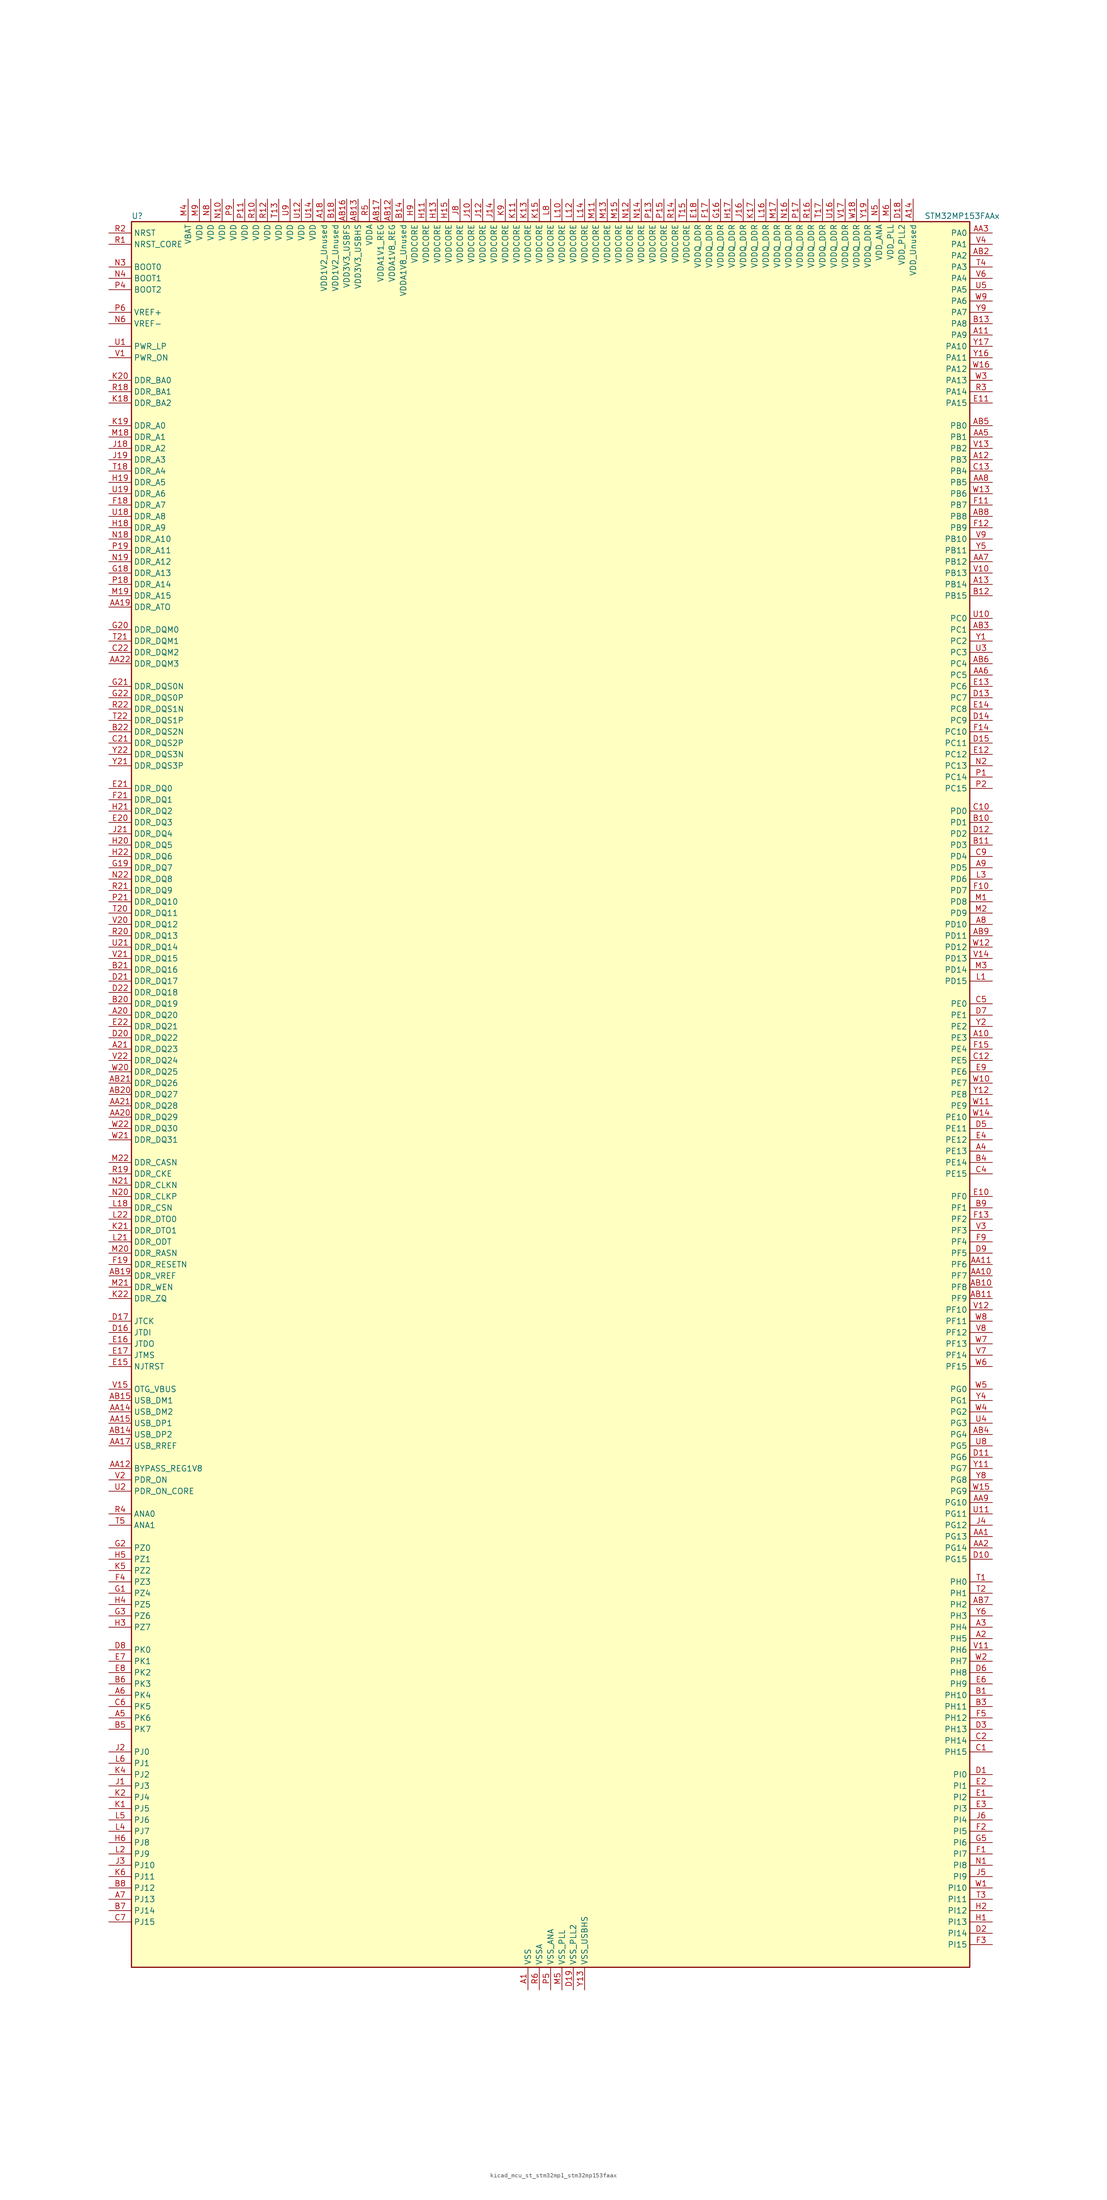
<source format=kicad_sym>
(kicad_symbol_lib
  (version 20220914)
  (generator kicad_symbol_editor)
  (symbol "kicad_mcu_st_stm32mp1_stm32mp153faax"
    (property "Reference" "U"
      (at -93.98 196.85 0)
      (effects (font (size 1.27 1.27)) (justify left)))
    (property "Value" "STM32MP153FAAx"
      (at 83.82 196.85 0)
      (effects (font (size 1.27 1.27)) (justify left)))
    (property "ki_locked" ""
      (at 0 0 0)
      (effects (font (size 1.27 1.27))))
    (symbol "kicad_mcu_st_stm32mp1_stm32mp153faax_0_1"
      (rectangle (start -93.98 -195.58) (end 93.98 195.58) (stroke (width 0.254) (type default)) (fill (type background))))
    (symbol "kicad_mcu_st_stm32mp1_stm32mp153faax_1_1"
      (pin power_in line (at -5.08 -200.66 90) (length 5.08) (name "VSS" (effects (font (size 1.27 1.27)))) (number "A1" (effects (font (size 1.27 1.27)))))
      (pin bidirectional line (at 99.06 12.7 180) (length 5.08) (name "PE3" (effects (font (size 1.27 1.27)))) (number "A10" (effects (font (size 1.27 1.27)))) (alternate "DEBUG_TRACED0" bidirectional line) (alternate "FMC_A19" bidirectional line) (alternate "SAI1_SD_B" bidirectional line) (alternate "SDMMC2_CK" bidirectional line) (alternate "TIM15_BKIN" bidirectional line))
      (pin bidirectional line (at 99.06 170.18 180) (length 5.08) (name "PA9" (effects (font (size 1.27 1.27)))) (number "A11" (effects (font (size 1.27 1.27)))) (alternate "DAC1_EXTI9" bidirectional line) (alternate "DCMI_D0" bidirectional line) (alternate "I2C3_SMBA" bidirectional line) (alternate "I2S2_CK" bidirectional line) (alternate "LTDC_R5" bidirectional line) (alternate "SDMMC2_CDIR" bidirectional line) (alternate "SDMMC2_D5" bidirectional line) (alternate "SPI2_SCK" bidirectional line) (alternate "TIM1_CH2" bidirectional line) (alternate "USART1_TX" bidirectional line))
      (pin bidirectional line (at 99.06 142.24 180) (length 5.08) (name "PB3" (effects (font (size 1.27 1.27)))) (number "A12" (effects (font (size 1.27 1.27)))) (alternate "DEBUG_TRACED9" bidirectional line) (alternate "I2S1_CK" bidirectional line) (alternate "I2S3_CK" bidirectional line) (alternate "SAI4_CK1" bidirectional line) (alternate "SAI4_MCLK_A" bidirectional line) (alternate "SDMMC2_D2" bidirectional line) (alternate "SPI1_SCK" bidirectional line) (alternate "SPI3_SCK" bidirectional line) (alternate "SPI6_SCK" bidirectional line) (alternate "TIM2_CH2" bidirectional line) (alternate "UART7_RX" bidirectional line))
      (pin bidirectional line (at 99.06 114.3 180) (length 5.08) (name "PB14" (effects (font (size 1.27 1.27)))) (number "A13" (effects (font (size 1.27 1.27)))) (alternate "DFSDM1_DATIN2" bidirectional line) (alternate "I2S2_SDI" bidirectional line) (alternate "SDMMC2_D0" bidirectional line) (alternate "SPI2_MISO" bidirectional line) (alternate "TIM12_CH1" bidirectional line) (alternate "TIM1_CH2N" bidirectional line) (alternate "TIM8_CH2N" bidirectional line) (alternate "USART1_TX" bidirectional line) (alternate "USART3_DE" bidirectional line) (alternate "USART3_RTS" bidirectional line))
      (pin power_in line (at 81.28 200.66 270) (length 5.08) (name "VDD_Unused" (effects (font (size 1.27 1.27)))) (number "A14" (effects (font (size 1.27 1.27)))))
      (pin no_connect line (at -93.98 -195.58 0) (length 5.08) hide (name "DNU" (effects (font (size 1.27 1.27)))) (number "A15" (effects (font (size 1.27 1.27)))))
      (pin no_connect line (at -93.98 -193.04 0) (length 5.08) hide (name "DNU" (effects (font (size 1.27 1.27)))) (number "A16" (effects (font (size 1.27 1.27)))))
      (pin no_connect line (at -93.98 -190.5 0) (length 5.08) hide (name "DNU" (effects (font (size 1.27 1.27)))) (number "A17" (effects (font (size 1.27 1.27)))))
      (pin power_in line (at -50.8 200.66 270) (length 5.08) (name "VDD1V2_Unused" (effects (font (size 1.27 1.27)))) (number "A18" (effects (font (size 1.27 1.27)))))
      (pin passive line (at -5.08 -200.66 90) (length 5.08) hide (name "VSS" (effects (font (size 1.27 1.27)))) (number "A19" (effects (font (size 1.27 1.27)))))
      (pin bidirectional line (at 99.06 -121.92 180) (length 5.08) (name "PH5" (effects (font (size 1.27 1.27)))) (number "A2" (effects (font (size 1.27 1.27)))) (alternate "I2C2_SDA" bidirectional line) (alternate "SAI4_SD_B" bidirectional line) (alternate "SPI5_NSS" bidirectional line))
      (pin bidirectional line (at -99.06 17.78 0) (length 5.08) (name "DDR_DQ20" (effects (font (size 1.27 1.27)))) (number "A20" (effects (font (size 1.27 1.27)))) (alternate "DDR_DQ20" bidirectional line))
      (pin bidirectional line (at -99.06 10.16 0) (length 5.08) (name "DDR_DQ23" (effects (font (size 1.27 1.27)))) (number "A21" (effects (font (size 1.27 1.27)))) (alternate "DDR_DQ23" bidirectional line))
      (pin passive line (at -5.08 -200.66 90) (length 5.08) hide (name "VSS" (effects (font (size 1.27 1.27)))) (number "A22" (effects (font (size 1.27 1.27)))))
      (pin bidirectional line (at 99.06 -119.38 180) (length 5.08) (name "PH4" (effects (font (size 1.27 1.27)))) (number "A3" (effects (font (size 1.27 1.27)))) (alternate "I2C2_SCL" bidirectional line) (alternate "LTDC_G4" bidirectional line) (alternate "LTDC_G5" bidirectional line))
      (pin bidirectional line (at 99.06 -12.7 180) (length 5.08) (name "PE13" (effects (font (size 1.27 1.27)))) (number "A4" (effects (font (size 1.27 1.27)))) (alternate "DCMI_D6" bidirectional line) (alternate "DFSDM1_CKIN5" bidirectional line) (alternate "FMC_D10" bidirectional line) (alternate "FMC_DA10" bidirectional line) (alternate "HDP_HDP2" bidirectional line) (alternate "LTDC_DE" bidirectional line) (alternate "SAI2_FS_B" bidirectional line) (alternate "SPI4_MISO" bidirectional line) (alternate "TIM1_CH3" bidirectional line))
      (pin bidirectional line (at -99.06 -139.7 0) (length 5.08) (name "PK6" (effects (font (size 1.27 1.27)))) (number "A5" (effects (font (size 1.27 1.27)))) (alternate "DEBUG_TRACED7" bidirectional line) (alternate "HDP_HDP7" bidirectional line) (alternate "LTDC_B7" bidirectional line))
      (pin bidirectional line (at -99.06 -134.62 0) (length 5.08) (name "PK4" (effects (font (size 1.27 1.27)))) (number "A6" (effects (font (size 1.27 1.27)))) (alternate "LTDC_B5" bidirectional line))
      (pin bidirectional line (at -99.06 -180.34 0) (length 5.08) (name "PJ13" (effects (font (size 1.27 1.27)))) (number "A7" (effects (font (size 1.27 1.27)))) (alternate "LTDC_B1" bidirectional line) (alternate "LTDC_G4" bidirectional line))
      (pin bidirectional line (at 99.06 38.1 180) (length 5.08) (name "PD10" (effects (font (size 1.27 1.27)))) (number "A8" (effects (font (size 1.27 1.27)))) (alternate "DFSDM1_CKOUT" bidirectional line) (alternate "FMC_D15" bidirectional line) (alternate "FMC_DA15" bidirectional line) (alternate "I2C5_SMBA" bidirectional line) (alternate "I2S3_SDI" bidirectional line) (alternate "LTDC_B3" bidirectional line) (alternate "RTC_REFIN" bidirectional line) (alternate "SAI3_FS_B" bidirectional line) (alternate "SPI3_MISO" bidirectional line) (alternate "TIM16_BKIN" bidirectional line) (alternate "USART3_CK" bidirectional line))
      (pin bidirectional line (at 99.06 50.8 180) (length 5.08) (name "PD5" (effects (font (size 1.27 1.27)))) (number "A9" (effects (font (size 1.27 1.27)))) (alternate "FMC_NWE" bidirectional line) (alternate "SDMMC3_D2" bidirectional line) (alternate "USART2_TX" bidirectional line))
      (pin bidirectional line (at 99.06 -99.06 180) (length 5.08) (name "PG13" (effects (font (size 1.27 1.27)))) (number "AA1" (effects (font (size 1.27 1.27)))) (alternate "DEBUG_TRACED0" bidirectional line) (alternate "ETH1_TXD0" bidirectional line) (alternate "FMC_A24" bidirectional line) (alternate "LPTIM1_OUT" bidirectional line) (alternate "LTDC_R0" bidirectional line) (alternate "SAI1_CK2" bidirectional line) (alternate "SAI1_SCK_A" bidirectional line) (alternate "SAI4_CK1" bidirectional line) (alternate "SAI4_MCLK_A" bidirectional line) (alternate "SPI6_SCK" bidirectional line) (alternate "USART6_CTS" bidirectional line) (alternate "USART6_NSS" bidirectional line))
      (pin bidirectional line (at 99.06 -40.64 180) (length 5.08) (name "PF7" (effects (font (size 1.27 1.27)))) (number "AA10" (effects (font (size 1.27 1.27)))) (alternate "QUADSPI_BK1_IO2" bidirectional line) (alternate "SAI1_MCLK_B" bidirectional line) (alternate "SPI5_SCK" bidirectional line) (alternate "TIM17_CH1" bidirectional line) (alternate "UART7_TX" bidirectional line))
      (pin bidirectional line (at 99.06 -38.1 180) (length 5.08) (name "PF6" (effects (font (size 1.27 1.27)))) (number "AA11" (effects (font (size 1.27 1.27)))) (alternate "QUADSPI_BK1_IO3" bidirectional line) (alternate "SAI1_SD_B" bidirectional line) (alternate "SAI4_SCK_B" bidirectional line) (alternate "SPI5_NSS" bidirectional line) (alternate "TIM16_CH1" bidirectional line) (alternate "UART7_RX" bidirectional line))
      (pin bidirectional line (at -99.06 -83.82 0) (length 5.08) (name "BYPASS_REG1V8" (effects (font (size 1.27 1.27)))) (number "AA12" (effects (font (size 1.27 1.27)))))
      (pin passive line (at 7.62 -200.66 90) (length 5.08) hide (name "VSS_USBHS" (effects (font (size 1.27 1.27)))) (number "AA13" (effects (font (size 1.27 1.27)))))
      (pin bidirectional line (at -99.06 -71.12 0) (length 5.08) (name "USB_DM2" (effects (font (size 1.27 1.27)))) (number "AA14" (effects (font (size 1.27 1.27)))) (alternate "USBH_HS2_DM" bidirectional line) (alternate "USB_OTG_HS_DM" bidirectional line))
      (pin bidirectional line (at -99.06 -73.66 0) (length 5.08) (name "USB_DP1" (effects (font (size 1.27 1.27)))) (number "AA15" (effects (font (size 1.27 1.27)))) (alternate "USBH_HS1_DP" bidirectional line))
      (pin passive line (at 7.62 -200.66 90) (length 5.08) hide (name "VSS_USBHS" (effects (font (size 1.27 1.27)))) (number "AA16" (effects (font (size 1.27 1.27)))))
      (pin bidirectional line (at -99.06 -78.74 0) (length 5.08) (name "USB_RREF" (effects (font (size 1.27 1.27)))) (number "AA17" (effects (font (size 1.27 1.27)))))
      (pin passive line (at -5.08 -200.66 90) (length 5.08) hide (name "VSS" (effects (font (size 1.27 1.27)))) (number "AA18" (effects (font (size 1.27 1.27)))))
      (pin bidirectional line (at -99.06 109.22 0) (length 5.08) (name "DDR_ATO" (effects (font (size 1.27 1.27)))) (number "AA19" (effects (font (size 1.27 1.27)))) (alternate "DDR_ATO" bidirectional line))
      (pin bidirectional line (at 99.06 -101.6 180) (length 5.08) (name "PG14" (effects (font (size 1.27 1.27)))) (number "AA2" (effects (font (size 1.27 1.27)))) (alternate "DEBUG_TRACED1" bidirectional line) (alternate "ETH1_TXD1" bidirectional line) (alternate "FMC_A25" bidirectional line) (alternate "LPTIM1_ETR" bidirectional line) (alternate "LTDC_B0" bidirectional line) (alternate "QUADSPI_BK2_IO3" bidirectional line) (alternate "SAI4_D1" bidirectional line) (alternate "SAI4_SD_A" bidirectional line) (alternate "SPI6_MOSI" bidirectional line) (alternate "USART6_TX" bidirectional line))
      (pin bidirectional line (at -99.06 -5.08 0) (length 5.08) (name "DDR_DQ29" (effects (font (size 1.27 1.27)))) (number "AA20" (effects (font (size 1.27 1.27)))) (alternate "DDR_DQ29" bidirectional line))
      (pin bidirectional line (at -99.06 -2.54 0) (length 5.08) (name "DDR_DQ28" (effects (font (size 1.27 1.27)))) (number "AA21" (effects (font (size 1.27 1.27)))) (alternate "DDR_DQ28" bidirectional line))
      (pin bidirectional line (at -99.06 96.52 0) (length 5.08) (name "DDR_DQM3" (effects (font (size 1.27 1.27)))) (number "AA22" (effects (font (size 1.27 1.27)))) (alternate "DDR_DQM3" bidirectional line))
      (pin bidirectional line (at 99.06 193.04 180) (length 5.08) (name "PA0" (effects (font (size 1.27 1.27)))) (number "AA3" (effects (font (size 1.27 1.27)))) (alternate "ADC1_INP16" bidirectional line) (alternate "ETH1_CRS" bidirectional line) (alternate "PWR_WKUP1" bidirectional line) (alternate "SAI2_SD_B" bidirectional line) (alternate "SDMMC2_CMD" bidirectional line) (alternate "TIM15_BKIN" bidirectional line) (alternate "TIM2_CH1" bidirectional line) (alternate "TIM2_ETR" bidirectional line) (alternate "TIM5_CH1" bidirectional line) (alternate "TIM8_ETR" bidirectional line) (alternate "UART4_TX" bidirectional line) (alternate "USART2_CTS" bidirectional line) (alternate "USART2_NSS" bidirectional line))
      (pin passive line (at -5.08 -200.66 90) (length 5.08) hide (name "VSS" (effects (font (size 1.27 1.27)))) (number "AA4" (effects (font (size 1.27 1.27)))))
      (pin bidirectional line (at 99.06 147.32 180) (length 5.08) (name "PB1" (effects (font (size 1.27 1.27)))) (number "AA5" (effects (font (size 1.27 1.27)))) (alternate "ADC1_INP5" bidirectional line) (alternate "ADC2_INP5" bidirectional line) (alternate "DFSDM1_DATIN1" bidirectional line) (alternate "ETH1_RXD3" bidirectional line) (alternate "LTDC_G0" bidirectional line) (alternate "LTDC_R6" bidirectional line) (alternate "TIM1_CH3N" bidirectional line) (alternate "TIM3_CH4" bidirectional line) (alternate "TIM8_CH3N" bidirectional line))
      (pin bidirectional line (at 99.06 93.98 180) (length 5.08) (name "PC5" (effects (font (size 1.27 1.27)))) (number "AA6" (effects (font (size 1.27 1.27)))) (alternate "ADC1_INN4" bidirectional line) (alternate "ADC1_INP8" bidirectional line) (alternate "ADC2_INN4" bidirectional line) (alternate "ADC2_INP8" bidirectional line) (alternate "DFSDM1_DATIN2" bidirectional line) (alternate "ETH1_RXD1" bidirectional line) (alternate "SAI1_D3" bidirectional line) (alternate "SAI1_D4" bidirectional line) (alternate "SAI4_D3" bidirectional line) (alternate "SAI4_D4" bidirectional line) (alternate "SPDIFRX_IN3" bidirectional line))
      (pin bidirectional line (at 99.06 119.38 180) (length 5.08) (name "PB12" (effects (font (size 1.27 1.27)))) (number "AA7" (effects (font (size 1.27 1.27)))) (alternate "DFSDM1_DATIN1" bidirectional line) (alternate "ETH1_TXD0" bidirectional line) (alternate "FDCAN2_RX" bidirectional line) (alternate "I2C2_SMBA" bidirectional line) (alternate "I2C6_SMBA" bidirectional line) (alternate "I2S2_WS" bidirectional line) (alternate "SPI2_NSS" bidirectional line) (alternate "TIM1_BKIN" bidirectional line) (alternate "UART5_RX" bidirectional line) (alternate "USART3_CK" bidirectional line) (alternate "USART3_RX" bidirectional line))
      (pin bidirectional line (at 99.06 137.16 180) (length 5.08) (name "PB5" (effects (font (size 1.27 1.27)))) (number "AA8" (effects (font (size 1.27 1.27)))) (alternate "DCMI_D10" bidirectional line) (alternate "ETH1_CLK" bidirectional line) (alternate "ETH1_PPS_OUT" bidirectional line) (alternate "FDCAN2_RX" bidirectional line) (alternate "I2C1_SMBA" bidirectional line) (alternate "I2C4_SMBA" bidirectional line) (alternate "I2S1_SDO" bidirectional line) (alternate "I2S3_SDO" bidirectional line) (alternate "LTDC_G7" bidirectional line) (alternate "SAI4_D1" bidirectional line) (alternate "SAI4_SD_A" bidirectional line) (alternate "SPI1_MOSI" bidirectional line) (alternate "SPI3_MOSI" bidirectional line) (alternate "SPI6_MOSI" bidirectional line) (alternate "TIM17_BKIN" bidirectional line) (alternate "TIM3_CH2" bidirectional line) (alternate "UART5_RX" bidirectional line))
      (pin bidirectional line (at 99.06 -91.44 180) (length 5.08) (name "PG10" (effects (font (size 1.27 1.27)))) (number "AA9" (effects (font (size 1.27 1.27)))) (alternate "DCMI_D2" bidirectional line) (alternate "DEBUG_TRACED10" bidirectional line) (alternate "FMC_NE3" bidirectional line) (alternate "LTDC_B2" bidirectional line) (alternate "LTDC_G3" bidirectional line) (alternate "QUADSPI_BK2_IO2" bidirectional line) (alternate "SAI2_SD_B" bidirectional line) (alternate "UART8_CTS" bidirectional line))
      (pin passive line (at -5.08 -200.66 90) (length 5.08) hide (name "VSS" (effects (font (size 1.27 1.27)))) (number "AB1" (effects (font (size 1.27 1.27)))))
      (pin bidirectional line (at 99.06 -43.18 180) (length 5.08) (name "PF8" (effects (font (size 1.27 1.27)))) (number "AB10" (effects (font (size 1.27 1.27)))) (alternate "DEBUG_TRACED12" bidirectional line) (alternate "QUADSPI_BK1_IO0" bidirectional line) (alternate "SAI1_SCK_B" bidirectional line) (alternate "SPI5_MISO" bidirectional line) (alternate "TIM13_CH1" bidirectional line) (alternate "TIM16_CH1N" bidirectional line) (alternate "UART7_DE" bidirectional line) (alternate "UART7_RTS" bidirectional line))
      (pin bidirectional line (at 99.06 -45.72 180) (length 5.08) (name "PF9" (effects (font (size 1.27 1.27)))) (number "AB11" (effects (font (size 1.27 1.27)))) (alternate "DAC1_EXTI9" bidirectional line) (alternate "DEBUG_TRACED13" bidirectional line) (alternate "QUADSPI_BK1_IO1" bidirectional line) (alternate "SAI1_FS_B" bidirectional line) (alternate "SPI5_MOSI" bidirectional line) (alternate "TIM14_CH1" bidirectional line) (alternate "TIM17_CH1N" bidirectional line) (alternate "UART7_CTS" bidirectional line))
      (pin power_in line (at -35.56 200.66 270) (length 5.08) (name "VDDA1V8_REG" (effects (font (size 1.27 1.27)))) (number "AB12" (effects (font (size 1.27 1.27)))))
      (pin power_in line (at -43.18 200.66 270) (length 5.08) (name "VDD3V3_USBHS" (effects (font (size 1.27 1.27)))) (number "AB13" (effects (font (size 1.27 1.27)))))
      (pin bidirectional line (at -99.06 -76.2 0) (length 5.08) (name "USB_DP2" (effects (font (size 1.27 1.27)))) (number "AB14" (effects (font (size 1.27 1.27)))) (alternate "USBH_HS2_DP" bidirectional line) (alternate "USB_OTG_HS_DP" bidirectional line))
      (pin bidirectional line (at -99.06 -68.58 0) (length 5.08) (name "USB_DM1" (effects (font (size 1.27 1.27)))) (number "AB15" (effects (font (size 1.27 1.27)))) (alternate "USBH_HS1_DM" bidirectional line))
      (pin power_in line (at -45.72 200.66 270) (length 5.08) (name "VDD3V3_USBFS" (effects (font (size 1.27 1.27)))) (number "AB16" (effects (font (size 1.27 1.27)))))
      (pin power_in line (at -38.1 200.66 270) (length 5.08) (name "VDDA1V1_REG" (effects (font (size 1.27 1.27)))) (number "AB17" (effects (font (size 1.27 1.27)))))
      (pin passive line (at -5.08 -200.66 90) (length 5.08) hide (name "VSS" (effects (font (size 1.27 1.27)))) (number "AB18" (effects (font (size 1.27 1.27)))))
      (pin bidirectional line (at -99.06 -40.64 0) (length 5.08) (name "DDR_VREF" (effects (font (size 1.27 1.27)))) (number "AB19" (effects (font (size 1.27 1.27)))) (alternate "DDR_VREF" bidirectional line))
      (pin bidirectional line (at 99.06 187.96 180) (length 5.08) (name "PA2" (effects (font (size 1.27 1.27)))) (number "AB2" (effects (font (size 1.27 1.27)))) (alternate "ADC1_INP14" bidirectional line) (alternate "ETH1_MDIO" bidirectional line) (alternate "LPTIM4_OUT" bidirectional line) (alternate "LTDC_R1" bidirectional line) (alternate "PWR_WKUP2" bidirectional line) (alternate "SAI2_SCK_B" bidirectional line) (alternate "SDMMC2_D0DIR" bidirectional line) (alternate "TIM15_CH1" bidirectional line) (alternate "TIM2_CH3" bidirectional line) (alternate "TIM5_CH3" bidirectional line) (alternate "USART2_TX" bidirectional line))
      (pin bidirectional line (at -99.06 0 0) (length 5.08) (name "DDR_DQ27" (effects (font (size 1.27 1.27)))) (number "AB20" (effects (font (size 1.27 1.27)))) (alternate "DDR_DQ27" bidirectional line))
      (pin bidirectional line (at -99.06 2.54 0) (length 5.08) (name "DDR_DQ26" (effects (font (size 1.27 1.27)))) (number "AB21" (effects (font (size 1.27 1.27)))) (alternate "DDR_DQ26" bidirectional line))
      (pin passive line (at -5.08 -200.66 90) (length 5.08) hide (name "VSS" (effects (font (size 1.27 1.27)))) (number "AB22" (effects (font (size 1.27 1.27)))))
      (pin bidirectional line (at 99.06 104.14 180) (length 5.08) (name "PC1" (effects (font (size 1.27 1.27)))) (number "AB3" (effects (font (size 1.27 1.27)))) (alternate "ADC1_INN10" bidirectional line) (alternate "ADC1_INP11" bidirectional line) (alternate "ADC2_INN10" bidirectional line) (alternate "ADC2_INP11" bidirectional line) (alternate "DEBUG_TRACED0" bidirectional line) (alternate "DFSDM1_CKIN4" bidirectional line) (alternate "DFSDM1_DATIN0" bidirectional line) (alternate "ETH1_MDC" bidirectional line) (alternate "I2S2_SDO" bidirectional line) (alternate "PWR_WKUP6" bidirectional line) (alternate "SAI1_D1" bidirectional line) (alternate "SAI1_SD_A" bidirectional line) (alternate "SDMMC2_CK" bidirectional line) (alternate "SPI2_MOSI" bidirectional line) (alternate "TAMP_IN3" bidirectional line))
      (pin bidirectional line (at 99.06 -76.2 180) (length 5.08) (name "PG4" (effects (font (size 1.27 1.27)))) (number "AB4" (effects (font (size 1.27 1.27)))) (alternate "ETH1_GTX_CLK" bidirectional line) (alternate "FMC_A14" bidirectional line) (alternate "TIM1_BKIN2" bidirectional line))
      (pin bidirectional line (at 99.06 149.86 180) (length 5.08) (name "PB0" (effects (font (size 1.27 1.27)))) (number "AB5" (effects (font (size 1.27 1.27)))) (alternate "ADC1_INN5" bidirectional line) (alternate "ADC1_INP9" bidirectional line) (alternate "ADC2_INN5" bidirectional line) (alternate "ADC2_INP9" bidirectional line) (alternate "DFSDM1_CKOUT" bidirectional line) (alternate "ETH1_RXD2" bidirectional line) (alternate "LTDC_G1" bidirectional line) (alternate "LTDC_R3" bidirectional line) (alternate "TIM1_CH2N" bidirectional line) (alternate "TIM3_CH3" bidirectional line) (alternate "TIM8_CH2N" bidirectional line) (alternate "UART4_CTS" bidirectional line))
      (pin bidirectional line (at 99.06 96.52 180) (length 5.08) (name "PC4" (effects (font (size 1.27 1.27)))) (number "AB6" (effects (font (size 1.27 1.27)))) (alternate "ADC1_INP4" bidirectional line) (alternate "ADC2_INP4" bidirectional line) (alternate "DFSDM1_CKIN2" bidirectional line) (alternate "ETH1_RXD0" bidirectional line) (alternate "I2S1_MCK" bidirectional line) (alternate "SPDIFRX_IN2" bidirectional line))
      (pin bidirectional line (at 99.06 -114.3 180) (length 5.08) (name "PH2" (effects (font (size 1.27 1.27)))) (number "AB7" (effects (font (size 1.27 1.27)))) (alternate "ETH1_CRS" bidirectional line) (alternate "LPTIM1_IN2" bidirectional line) (alternate "LTDC_R0" bidirectional line) (alternate "QUADSPI_BK2_IO0" bidirectional line) (alternate "SAI2_SCK_B" bidirectional line))
      (pin bidirectional line (at 99.06 129.54 180) (length 5.08) (name "PB8" (effects (font (size 1.27 1.27)))) (number "AB8" (effects (font (size 1.27 1.27)))) (alternate "DCMI_D6" bidirectional line) (alternate "DFSDM1_CKIN7" bidirectional line) (alternate "ETH1_TXD3" bidirectional line) (alternate "FDCAN1_RX" bidirectional line) (alternate "HDP_HDP6" bidirectional line) (alternate "I2C1_SCL" bidirectional line) (alternate "I2C4_SCL" bidirectional line) (alternate "LTDC_B6" bidirectional line) (alternate "SDMMC1_CKIN" bidirectional line) (alternate "SDMMC1_D4" bidirectional line) (alternate "SDMMC2_CKIN" bidirectional line) (alternate "SDMMC2_D4" bidirectional line) (alternate "TIM16_CH1" bidirectional line) (alternate "TIM4_CH3" bidirectional line) (alternate "UART4_RX" bidirectional line))
      (pin bidirectional line (at 99.06 35.56 180) (length 5.08) (name "PD11" (effects (font (size 1.27 1.27)))) (number "AB9" (effects (font (size 1.27 1.27)))) (alternate "ADC1_EXTI11" bidirectional line) (alternate "ADC2_EXTI11" bidirectional line) (alternate "FMC_A16" bidirectional line) (alternate "FMC_CLE" bidirectional line) (alternate "I2C1_SMBA" bidirectional line) (alternate "I2C4_SMBA" bidirectional line) (alternate "LPTIM2_IN2" bidirectional line) (alternate "QUADSPI_BK1_IO0" bidirectional line) (alternate "SAI2_SD_A" bidirectional line) (alternate "USART3_CTS" bidirectional line) (alternate "USART3_NSS" bidirectional line))
      (pin bidirectional line (at 99.06 -134.62 180) (length 5.08) (name "PH10" (effects (font (size 1.27 1.27)))) (number "B1" (effects (font (size 1.27 1.27)))) (alternate "DCMI_D1" bidirectional line) (alternate "I2C1_SMBA" bidirectional line) (alternate "I2C4_SMBA" bidirectional line) (alternate "LTDC_R4" bidirectional line) (alternate "TIM5_CH1" bidirectional line))
      (pin bidirectional line (at 99.06 60.96 180) (length 5.08) (name "PD1" (effects (font (size 1.27 1.27)))) (number "B10" (effects (font (size 1.27 1.27)))) (alternate "DFSDM1_CKIN7" bidirectional line) (alternate "DFSDM1_DATIN6" bidirectional line) (alternate "FDCAN1_TX" bidirectional line) (alternate "FMC_D3" bidirectional line) (alternate "FMC_DA3" bidirectional line) (alternate "I2C5_SCL" bidirectional line) (alternate "I2C6_SCL" bidirectional line) (alternate "SAI3_SD_A" bidirectional line) (alternate "SDMMC3_D0" bidirectional line) (alternate "UART4_TX" bidirectional line))
      (pin bidirectional line (at 99.06 55.88 180) (length 5.08) (name "PD3" (effects (font (size 1.27 1.27)))) (number "B11" (effects (font (size 1.27 1.27)))) (alternate "DCMI_D5" bidirectional line) (alternate "DFSDM1_CKOUT" bidirectional line) (alternate "DFSDM1_DATIN0" bidirectional line) (alternate "FMC_CLK" bidirectional line) (alternate "HDP_HDP5" bidirectional line) (alternate "I2S2_CK" bidirectional line) (alternate "LTDC_G7" bidirectional line) (alternate "SDMMC1_D123DIR" bidirectional line) (alternate "SDMMC1_D7" bidirectional line) (alternate "SDMMC2_D123DIR" bidirectional line) (alternate "SDMMC2_D7" bidirectional line) (alternate "SPI2_SCK" bidirectional line) (alternate "USART2_CTS" bidirectional line) (alternate "USART2_NSS" bidirectional line))
      (pin bidirectional line (at 99.06 111.76 180) (length 5.08) (name "PB15" (effects (font (size 1.27 1.27)))) (number "B12" (effects (font (size 1.27 1.27)))) (alternate "ADC1_EXTI15" bidirectional line) (alternate "ADC2_EXTI15" bidirectional line) (alternate "DFSDM1_CKIN2" bidirectional line) (alternate "I2S2_SDO" bidirectional line) (alternate "RTC_REFIN" bidirectional line) (alternate "SDMMC2_D1" bidirectional line) (alternate "SPI2_MOSI" bidirectional line) (alternate "TIM12_CH2" bidirectional line) (alternate "TIM1_CH3N" bidirectional line) (alternate "TIM8_CH3N" bidirectional line) (alternate "USART1_RX" bidirectional line))
      (pin bidirectional line (at 99.06 172.72 180) (length 5.08) (name "PA8" (effects (font (size 1.27 1.27)))) (number "B13" (effects (font (size 1.27 1.27)))) (alternate "I2C3_SCL" bidirectional line) (alternate "I2S3_SDO" bidirectional line) (alternate "LTDC_R6" bidirectional line) (alternate "RCC_MCO_1" bidirectional line) (alternate "SAI4_SD_B" bidirectional line) (alternate "SDMMC2_CKIN" bidirectional line) (alternate "SDMMC2_D4" bidirectional line) (alternate "SPI3_MOSI" bidirectional line) (alternate "TIM1_CH1" bidirectional line) (alternate "TIM8_BKIN2" bidirectional line) (alternate "UART7_RX" bidirectional line) (alternate "USART1_CK" bidirectional line) (alternate "USB_OTG_HS_SOF" bidirectional line))
      (pin power_in line (at -33.02 200.66 270) (length 5.08) (name "VDDA1V8_Unused" (effects (font (size 1.27 1.27)))) (number "B14" (effects (font (size 1.27 1.27)))))
      (pin no_connect line (at -93.98 -187.96 0) (length 5.08) hide (name "DNU" (effects (font (size 1.27 1.27)))) (number "B15" (effects (font (size 1.27 1.27)))))
      (pin no_connect line (at -93.98 -185.42 0) (length 5.08) hide (name "DNU" (effects (font (size 1.27 1.27)))) (number "B16" (effects (font (size 1.27 1.27)))))
      (pin no_connect line (at -93.98 -182.88 0) (length 5.08) hide (name "DNU" (effects (font (size 1.27 1.27)))) (number "B17" (effects (font (size 1.27 1.27)))))
      (pin power_in line (at -48.26 200.66 270) (length 5.08) (name "VDD1V2_Unused" (effects (font (size 1.27 1.27)))) (number "B18" (effects (font (size 1.27 1.27)))))
      (pin passive line (at -5.08 -200.66 90) (length 5.08) hide (name "VSS" (effects (font (size 1.27 1.27)))) (number "B19" (effects (font (size 1.27 1.27)))))
      (pin passive line (at -5.08 -200.66 90) (length 5.08) hide (name "VSS" (effects (font (size 1.27 1.27)))) (number "B2" (effects (font (size 1.27 1.27)))))
      (pin bidirectional line (at -99.06 20.32 0) (length 5.08) (name "DDR_DQ19" (effects (font (size 1.27 1.27)))) (number "B20" (effects (font (size 1.27 1.27)))) (alternate "DDR_DQ19" bidirectional line))
      (pin bidirectional line (at -99.06 27.94 0) (length 5.08) (name "DDR_DQ16" (effects (font (size 1.27 1.27)))) (number "B21" (effects (font (size 1.27 1.27)))) (alternate "DDR_DQ16" bidirectional line))
      (pin bidirectional line (at -99.06 81.28 0) (length 5.08) (name "DDR_DQS2N" (effects (font (size 1.27 1.27)))) (number "B22" (effects (font (size 1.27 1.27)))) (alternate "DDR_DQS2N" bidirectional line))
      (pin bidirectional line (at 99.06 -137.16 180) (length 5.08) (name "PH11" (effects (font (size 1.27 1.27)))) (number "B3" (effects (font (size 1.27 1.27)))) (alternate "ADC1_EXTI11" bidirectional line) (alternate "ADC2_EXTI11" bidirectional line) (alternate "DCMI_D2" bidirectional line) (alternate "I2C1_SCL" bidirectional line) (alternate "I2C4_SCL" bidirectional line) (alternate "LTDC_R5" bidirectional line) (alternate "TIM5_CH2" bidirectional line))
      (pin bidirectional line (at 99.06 -15.24 180) (length 5.08) (name "PE14" (effects (font (size 1.27 1.27)))) (number "B4" (effects (font (size 1.27 1.27)))) (alternate "FMC_D11" bidirectional line) (alternate "FMC_DA11" bidirectional line) (alternate "LTDC_CLK" bidirectional line) (alternate "LTDC_G0" bidirectional line) (alternate "SAI2_MCLK_B" bidirectional line) (alternate "SDMMC1_D123DIR" bidirectional line) (alternate "SPI4_MOSI" bidirectional line) (alternate "TIM1_CH4" bidirectional line) (alternate "UART8_DE" bidirectional line) (alternate "UART8_RTS" bidirectional line))
      (pin bidirectional line (at -99.06 -142.24 0) (length 5.08) (name "PK7" (effects (font (size 1.27 1.27)))) (number "B5" (effects (font (size 1.27 1.27)))) (alternate "LTDC_DE" bidirectional line))
      (pin bidirectional line (at -99.06 -132.08 0) (length 5.08) (name "PK3" (effects (font (size 1.27 1.27)))) (number "B6" (effects (font (size 1.27 1.27)))) (alternate "LTDC_B4" bidirectional line))
      (pin bidirectional line (at -99.06 -182.88 0) (length 5.08) (name "PJ14" (effects (font (size 1.27 1.27)))) (number "B7" (effects (font (size 1.27 1.27)))) (alternate "LTDC_B2" bidirectional line))
      (pin bidirectional line (at -99.06 -177.8 0) (length 5.08) (name "PJ12" (effects (font (size 1.27 1.27)))) (number "B8" (effects (font (size 1.27 1.27)))) (alternate "LTDC_B0" bidirectional line) (alternate "LTDC_G3" bidirectional line))
      (pin bidirectional line (at 99.06 -25.4 180) (length 5.08) (name "PF1" (effects (font (size 1.27 1.27)))) (number "B9" (effects (font (size 1.27 1.27)))) (alternate "FMC_A1" bidirectional line) (alternate "I2C2_SCL" bidirectional line) (alternate "SDMMC3_CDIR" bidirectional line) (alternate "SDMMC3_CMD" bidirectional line))
      (pin bidirectional line (at 99.06 -147.32 180) (length 5.08) (name "PH15" (effects (font (size 1.27 1.27)))) (number "C1" (effects (font (size 1.27 1.27)))) (alternate "ADC1_EXTI15" bidirectional line) (alternate "ADC2_EXTI15" bidirectional line) (alternate "DCMI_D11" bidirectional line) (alternate "LTDC_G4" bidirectional line) (alternate "TIM8_CH3N" bidirectional line))
      (pin bidirectional line (at 99.06 63.5 180) (length 5.08) (name "PD0" (effects (font (size 1.27 1.27)))) (number "C10" (effects (font (size 1.27 1.27)))) (alternate "DFSDM1_CKIN6" bidirectional line) (alternate "DFSDM1_DATIN7" bidirectional line) (alternate "FDCAN1_RX" bidirectional line) (alternate "FMC_D2" bidirectional line) (alternate "FMC_DA2" bidirectional line) (alternate "I2C5_SDA" bidirectional line) (alternate "I2C6_SDA" bidirectional line) (alternate "SAI3_SCK_A" bidirectional line) (alternate "SDMMC3_CMD" bidirectional line) (alternate "UART4_RX" bidirectional line))
      (pin passive line (at -5.08 -200.66 90) (length 5.08) hide (name "VSS" (effects (font (size 1.27 1.27)))) (number "C11" (effects (font (size 1.27 1.27)))))
      (pin bidirectional line (at 99.06 7.62 180) (length 5.08) (name "PE5" (effects (font (size 1.27 1.27)))) (number "C12" (effects (font (size 1.27 1.27)))) (alternate "DCMI_D6" bidirectional line) (alternate "DEBUG_TRACED3" bidirectional line) (alternate "DFSDM1_CKIN3" bidirectional line) (alternate "FMC_A21" bidirectional line) (alternate "LTDC_G0" bidirectional line) (alternate "SAI1_CK2" bidirectional line) (alternate "SAI1_SCK_A" bidirectional line) (alternate "SDMMC1_D0DIR" bidirectional line) (alternate "SDMMC1_D6" bidirectional line) (alternate "SDMMC2_D0DIR" bidirectional line) (alternate "SDMMC2_D6" bidirectional line) (alternate "SPI4_MISO" bidirectional line) (alternate "TIM15_CH1" bidirectional line))
      (pin bidirectional line (at 99.06 139.7 180) (length 5.08) (name "PB4" (effects (font (size 1.27 1.27)))) (number "C13" (effects (font (size 1.27 1.27)))) (alternate "DEBUG_TRACED8" bidirectional line) (alternate "I2S1_SDI" bidirectional line) (alternate "I2S2_WS" bidirectional line) (alternate "I2S3_SDI" bidirectional line) (alternate "SAI4_CK2" bidirectional line) (alternate "SAI4_SCK_A" bidirectional line) (alternate "SDMMC2_D3" bidirectional line) (alternate "SPI1_MISO" bidirectional line) (alternate "SPI2_NSS" bidirectional line) (alternate "SPI3_MISO" bidirectional line) (alternate "SPI6_MISO" bidirectional line) (alternate "TIM16_BKIN" bidirectional line) (alternate "TIM3_CH1" bidirectional line) (alternate "UART7_TX" bidirectional line))
      (pin passive line (at -5.08 -200.66 90) (length 5.08) hide (name "VSS" (effects (font (size 1.27 1.27)))) (number "C14" (effects (font (size 1.27 1.27)))))
      (pin passive line (at -5.08 -200.66 90) (length 5.08) hide (name "VSS" (effects (font (size 1.27 1.27)))) (number "C15" (effects (font (size 1.27 1.27)))))
      (pin passive line (at -5.08 -200.66 90) (length 5.08) hide (name "VSS" (effects (font (size 1.27 1.27)))) (number "C16" (effects (font (size 1.27 1.27)))))
      (pin passive line (at -5.08 -200.66 90) (length 5.08) hide (name "VSS" (effects (font (size 1.27 1.27)))) (number "C17" (effects (font (size 1.27 1.27)))))
      (pin passive line (at -5.08 -200.66 90) (length 5.08) hide (name "VSS" (effects (font (size 1.27 1.27)))) (number "C18" (effects (font (size 1.27 1.27)))))
      (pin passive line (at -5.08 -200.66 90) (length 5.08) hide (name "VSS" (effects (font (size 1.27 1.27)))) (number "C19" (effects (font (size 1.27 1.27)))))
      (pin bidirectional line (at 99.06 -144.78 180) (length 5.08) (name "PH14" (effects (font (size 1.27 1.27)))) (number "C2" (effects (font (size 1.27 1.27)))) (alternate "DCMI_D4" bidirectional line) (alternate "FDCAN1_RX" bidirectional line) (alternate "LTDC_G3" bidirectional line) (alternate "TIM8_CH2N" bidirectional line) (alternate "UART4_RX" bidirectional line))
      (pin passive line (at -5.08 -200.66 90) (length 5.08) hide (name "VSS" (effects (font (size 1.27 1.27)))) (number "C20" (effects (font (size 1.27 1.27)))))
      (pin bidirectional line (at -99.06 78.74 0) (length 5.08) (name "DDR_DQS2P" (effects (font (size 1.27 1.27)))) (number "C21" (effects (font (size 1.27 1.27)))) (alternate "DDR_DQS2P" bidirectional line))
      (pin bidirectional line (at -99.06 99.06 0) (length 5.08) (name "DDR_DQM2" (effects (font (size 1.27 1.27)))) (number "C22" (effects (font (size 1.27 1.27)))) (alternate "DDR_DQM2" bidirectional line))
      (pin passive line (at -5.08 -200.66 90) (length 5.08) hide (name "VSS" (effects (font (size 1.27 1.27)))) (number "C3" (effects (font (size 1.27 1.27)))))
      (pin bidirectional line (at 99.06 -17.78 180) (length 5.08) (name "PE15" (effects (font (size 1.27 1.27)))) (number "C4" (effects (font (size 1.27 1.27)))) (alternate "ADC1_EXTI15" bidirectional line) (alternate "ADC2_EXTI15" bidirectional line) (alternate "FMC_D12" bidirectional line) (alternate "FMC_DA12" bidirectional line) (alternate "FMC_NCE2" bidirectional line) (alternate "HDP_HDP3" bidirectional line) (alternate "LTDC_R7" bidirectional line) (alternate "TIM15_BKIN" bidirectional line) (alternate "TIM1_BKIN" bidirectional line) (alternate "UART8_CTS" bidirectional line) (alternate "USART2_CTS" bidirectional line) (alternate "USART2_NSS" bidirectional line))
      (pin bidirectional line (at 99.06 20.32 180) (length 5.08) (name "PE0" (effects (font (size 1.27 1.27)))) (number "C5" (effects (font (size 1.27 1.27)))) (alternate "DCMI_D2" bidirectional line) (alternate "FMC_NBL0" bidirectional line) (alternate "I2S3_CK" bidirectional line) (alternate "LPTIM1_ETR" bidirectional line) (alternate "LPTIM2_ETR" bidirectional line) (alternate "SAI2_MCLK_A" bidirectional line) (alternate "SAI4_MCLK_B" bidirectional line) (alternate "SPI3_SCK" bidirectional line) (alternate "TIM4_ETR" bidirectional line) (alternate "UART8_RX" bidirectional line))
      (pin bidirectional line (at -99.06 -137.16 0) (length 5.08) (name "PK5" (effects (font (size 1.27 1.27)))) (number "C6" (effects (font (size 1.27 1.27)))) (alternate "DEBUG_TRACED6" bidirectional line) (alternate "HDP_HDP6" bidirectional line) (alternate "LTDC_B6" bidirectional line))
      (pin bidirectional line (at -99.06 -185.42 0) (length 5.08) (name "PJ15" (effects (font (size 1.27 1.27)))) (number "C7" (effects (font (size 1.27 1.27)))) (alternate "ADC1_EXTI15" bidirectional line) (alternate "ADC2_EXTI15" bidirectional line) (alternate "LTDC_B3" bidirectional line))
      (pin passive line (at -5.08 -200.66 90) (length 5.08) hide (name "VSS" (effects (font (size 1.27 1.27)))) (number "C8" (effects (font (size 1.27 1.27)))))
      (pin bidirectional line (at 99.06 53.34 180) (length 5.08) (name "PD4" (effects (font (size 1.27 1.27)))) (number "C9" (effects (font (size 1.27 1.27)))) (alternate "DFSDM1_CKIN0" bidirectional line) (alternate "FMC_NOE" bidirectional line) (alternate "SAI3_FS_A" bidirectional line) (alternate "SDMMC3_D1" bidirectional line) (alternate "USART2_DE" bidirectional line) (alternate "USART2_RTS" bidirectional line))
      (pin bidirectional line (at 99.06 -152.4 180) (length 5.08) (name "PI0" (effects (font (size 1.27 1.27)))) (number "D1" (effects (font (size 1.27 1.27)))) (alternate "DCMI_D13" bidirectional line) (alternate "I2S2_WS" bidirectional line) (alternate "LTDC_G5" bidirectional line) (alternate "SPI2_NSS" bidirectional line) (alternate "TIM5_CH4" bidirectional line))
      (pin bidirectional line (at 99.06 -104.14 180) (length 5.08) (name "PG15" (effects (font (size 1.27 1.27)))) (number "D10" (effects (font (size 1.27 1.27)))) (alternate "ADC1_EXTI15" bidirectional line) (alternate "ADC2_EXTI15" bidirectional line) (alternate "DCMI_D13" bidirectional line) (alternate "DEBUG_TRACED7" bidirectional line) (alternate "I2C2_SDA" bidirectional line) (alternate "SAI1_D2" bidirectional line) (alternate "SAI1_FS_A" bidirectional line) (alternate "SDMMC3_CK" bidirectional line) (alternate "USART6_CTS" bidirectional line) (alternate "USART6_NSS" bidirectional line))
      (pin bidirectional line (at 99.06 -81.28 180) (length 5.08) (name "PG6" (effects (font (size 1.27 1.27)))) (number "D11" (effects (font (size 1.27 1.27)))) (alternate "DCMI_D12" bidirectional line) (alternate "DEBUG_TRACED14" bidirectional line) (alternate "LTDC_R7" bidirectional line) (alternate "SDMMC2_CMD" bidirectional line) (alternate "TIM17_BKIN" bidirectional line))
      (pin bidirectional line (at 99.06 58.42 180) (length 5.08) (name "PD2" (effects (font (size 1.27 1.27)))) (number "D12" (effects (font (size 1.27 1.27)))) (alternate "DCMI_D11" bidirectional line) (alternate "I2C5_SMBA" bidirectional line) (alternate "SDMMC1_CMD" bidirectional line) (alternate "TIM3_ETR" bidirectional line) (alternate "UART4_RX" bidirectional line) (alternate "UART5_RX" bidirectional line))
      (pin bidirectional line (at 99.06 88.9 180) (length 5.08) (name "PC7" (effects (font (size 1.27 1.27)))) (number "D13" (effects (font (size 1.27 1.27)))) (alternate "DCMI_D1" bidirectional line) (alternate "DFSDM1_DATIN3" bidirectional line) (alternate "HDP_HDP4" bidirectional line) (alternate "I2S3_MCK" bidirectional line) (alternate "LTDC_G6" bidirectional line) (alternate "SDMMC1_D123DIR" bidirectional line) (alternate "SDMMC1_D7" bidirectional line) (alternate "SDMMC2_D123DIR" bidirectional line) (alternate "SDMMC2_D7" bidirectional line) (alternate "TIM3_CH2" bidirectional line) (alternate "TIM8_CH2" bidirectional line) (alternate "USART6_RX" bidirectional line))
      (pin bidirectional line (at 99.06 83.82 180) (length 5.08) (name "PC9" (effects (font (size 1.27 1.27)))) (number "D14" (effects (font (size 1.27 1.27)))) (alternate "DAC1_EXTI9" bidirectional line) (alternate "DCMI_D3" bidirectional line) (alternate "DEBUG_TRACED1" bidirectional line) (alternate "I2C3_SDA" bidirectional line) (alternate "I2S_CKIN" bidirectional line) (alternate "LTDC_B2" bidirectional line) (alternate "QUADSPI_BK1_IO0" bidirectional line) (alternate "SDMMC1_D1" bidirectional line) (alternate "TIM3_CH4" bidirectional line) (alternate "TIM8_CH4" bidirectional line) (alternate "UART5_CTS" bidirectional line))
      (pin bidirectional line (at 99.06 78.74 180) (length 5.08) (name "PC11" (effects (font (size 1.27 1.27)))) (number "D15" (effects (font (size 1.27 1.27)))) (alternate "ADC1_EXTI11" bidirectional line) (alternate "ADC2_EXTI11" bidirectional line) (alternate "DCMI_D4" bidirectional line) (alternate "DEBUG_TRACED3" bidirectional line) (alternate "DFSDM1_DATIN5" bidirectional line) (alternate "I2S3_SDI" bidirectional line) (alternate "QUADSPI_BK2_NCS" bidirectional line) (alternate "SAI4_SCK_B" bidirectional line) (alternate "SDMMC1_D3" bidirectional line) (alternate "SPI3_MISO" bidirectional line) (alternate "UART4_RX" bidirectional line) (alternate "USART3_RX" bidirectional line))
      (pin bidirectional line (at -99.06 -53.34 0) (length 5.08) (name "JTDI" (effects (font (size 1.27 1.27)))) (number "D16" (effects (font (size 1.27 1.27)))) (alternate "DEBUG_JTDI" bidirectional line))
      (pin bidirectional line (at -99.06 -50.8 0) (length 5.08) (name "JTCK" (effects (font (size 1.27 1.27)))) (number "D17" (effects (font (size 1.27 1.27)))) (alternate "DEBUG_JTCK-SWCLK" bidirectional line))
      (pin power_in line (at 78.74 200.66 270) (length 5.08) (name "VDD_PLL2" (effects (font (size 1.27 1.27)))) (number "D18" (effects (font (size 1.27 1.27)))))
      (pin power_in line (at 5.08 -200.66 90) (length 5.08) (name "VSS_PLL2" (effects (font (size 1.27 1.27)))) (number "D19" (effects (font (size 1.27 1.27)))))
      (pin bidirectional line (at 99.06 -187.96 180) (length 5.08) (name "PI14" (effects (font (size 1.27 1.27)))) (number "D2" (effects (font (size 1.27 1.27)))) (alternate "DEBUG_TRACECLK" bidirectional line) (alternate "LTDC_CLK" bidirectional line))
      (pin bidirectional line (at -99.06 12.7 0) (length 5.08) (name "DDR_DQ22" (effects (font (size 1.27 1.27)))) (number "D20" (effects (font (size 1.27 1.27)))) (alternate "DDR_DQ22" bidirectional line))
      (pin bidirectional line (at -99.06 25.4 0) (length 5.08) (name "DDR_DQ17" (effects (font (size 1.27 1.27)))) (number "D21" (effects (font (size 1.27 1.27)))) (alternate "DDR_DQ17" bidirectional line))
      (pin bidirectional line (at -99.06 22.86 0) (length 5.08) (name "DDR_DQ18" (effects (font (size 1.27 1.27)))) (number "D22" (effects (font (size 1.27 1.27)))) (alternate "DDR_DQ18" bidirectional line))
      (pin bidirectional line (at 99.06 -142.24 180) (length 5.08) (name "PH13" (effects (font (size 1.27 1.27)))) (number "D3" (effects (font (size 1.27 1.27)))) (alternate "FDCAN1_TX" bidirectional line) (alternate "LTDC_G2" bidirectional line) (alternate "TIM8_CH1N" bidirectional line) (alternate "UART4_TX" bidirectional line))
      (pin passive line (at -5.08 -200.66 90) (length 5.08) hide (name "VSS" (effects (font (size 1.27 1.27)))) (number "D4" (effects (font (size 1.27 1.27)))))
      (pin bidirectional line (at 99.06 -7.62 180) (length 5.08) (name "PE11" (effects (font (size 1.27 1.27)))) (number "D5" (effects (font (size 1.27 1.27)))) (alternate "ADC1_EXTI11" bidirectional line) (alternate "ADC2_EXTI11" bidirectional line) (alternate "DCMI_D4" bidirectional line) (alternate "DFSDM1_CKIN4" bidirectional line) (alternate "FMC_D8" bidirectional line) (alternate "FMC_DA8" bidirectional line) (alternate "LTDC_G3" bidirectional line) (alternate "SAI2_SD_B" bidirectional line) (alternate "SPI4_NSS" bidirectional line) (alternate "TIM1_CH2" bidirectional line) (alternate "USART6_CK" bidirectional line))
      (pin bidirectional line (at 99.06 -129.54 180) (length 5.08) (name "PH8" (effects (font (size 1.27 1.27)))) (number "D6" (effects (font (size 1.27 1.27)))) (alternate "DCMI_HSYNC" bidirectional line) (alternate "I2C3_SDA" bidirectional line) (alternate "LTDC_R2" bidirectional line) (alternate "TIM5_ETR" bidirectional line))
      (pin bidirectional line (at 99.06 17.78 180) (length 5.08) (name "PE1" (effects (font (size 1.27 1.27)))) (number "D7" (effects (font (size 1.27 1.27)))) (alternate "DCMI_D3" bidirectional line) (alternate "FMC_NBL1" bidirectional line) (alternate "I2S2_MCK" bidirectional line) (alternate "LPTIM1_IN2" bidirectional line) (alternate "SAI3_SD_B" bidirectional line) (alternate "UART8_TX" bidirectional line))
      (pin bidirectional line (at -99.06 -124.46 0) (length 5.08) (name "PK0" (effects (font (size 1.27 1.27)))) (number "D8" (effects (font (size 1.27 1.27)))) (alternate "LTDC_G5" bidirectional line) (alternate "SPI5_SCK" bidirectional line) (alternate "TIM1_CH1N" bidirectional line) (alternate "TIM8_CH3" bidirectional line))
      (pin bidirectional line (at 99.06 -35.56 180) (length 5.08) (name "PF5" (effects (font (size 1.27 1.27)))) (number "D9" (effects (font (size 1.27 1.27)))) (alternate "FMC_A5" bidirectional line) (alternate "SDMMC3_D2" bidirectional line) (alternate "USART2_TX" bidirectional line))
      (pin bidirectional line (at 99.06 -157.48 180) (length 5.08) (name "PI2" (effects (font (size 1.27 1.27)))) (number "E1" (effects (font (size 1.27 1.27)))) (alternate "DCMI_D9" bidirectional line) (alternate "I2S2_SDI" bidirectional line) (alternate "LTDC_G7" bidirectional line) (alternate "SPI2_MISO" bidirectional line) (alternate "TIM8_CH4" bidirectional line))
      (pin bidirectional line (at 99.06 -22.86 180) (length 5.08) (name "PF0" (effects (font (size 1.27 1.27)))) (number "E10" (effects (font (size 1.27 1.27)))) (alternate "FMC_A0" bidirectional line) (alternate "I2C2_SDA" bidirectional line) (alternate "SDMMC3_CKIN" bidirectional line) (alternate "SDMMC3_D0" bidirectional line))
      (pin bidirectional line (at 99.06 154.94 180) (length 5.08) (name "PA15" (effects (font (size 1.27 1.27)))) (number "E11" (effects (font (size 1.27 1.27)))) (alternate "ADC1_EXTI15" bidirectional line) (alternate "ADC2_EXTI15" bidirectional line) (alternate "CEC" bidirectional line) (alternate "DEBUG_DBTRGI" bidirectional line) (alternate "I2S1_WS" bidirectional line) (alternate "I2S3_WS" bidirectional line) (alternate "LTDC_R1" bidirectional line) (alternate "SAI4_D2" bidirectional line) (alternate "SAI4_FS_A" bidirectional line) (alternate "SDMMC1_CDIR" bidirectional line) (alternate "SDMMC1_D5" bidirectional line) (alternate "SDMMC2_CDIR" bidirectional line) (alternate "SDMMC2_D5" bidirectional line) (alternate "SPI1_NSS" bidirectional line) (alternate "SPI3_NSS" bidirectional line) (alternate "SPI6_NSS" bidirectional line) (alternate "TIM2_CH1" bidirectional line) (alternate "TIM2_ETR" bidirectional line) (alternate "UART4_DE" bidirectional line) (alternate "UART4_RTS" bidirectional line) (alternate "UART7_TX" bidirectional line))
      (pin bidirectional line (at 99.06 76.2 180) (length 5.08) (name "PC12" (effects (font (size 1.27 1.27)))) (number "E12" (effects (font (size 1.27 1.27)))) (alternate "DCMI_D9" bidirectional line) (alternate "DEBUG_TRACECLK" bidirectional line) (alternate "I2S3_SDO" bidirectional line) (alternate "RCC_MCO_2" bidirectional line) (alternate "SAI4_D3" bidirectional line) (alternate "SAI4_SD_B" bidirectional line) (alternate "SDMMC1_CK" bidirectional line) (alternate "SPI3_MOSI" bidirectional line) (alternate "UART5_TX" bidirectional line) (alternate "USART3_CK" bidirectional line))
      (pin bidirectional line (at 99.06 91.44 180) (length 5.08) (name "PC6" (effects (font (size 1.27 1.27)))) (number "E13" (effects (font (size 1.27 1.27)))) (alternate "DCMI_D0" bidirectional line) (alternate "DFSDM1_CKIN3" bidirectional line) (alternate "HDP_HDP1" bidirectional line) (alternate "I2S2_MCK" bidirectional line) (alternate "LTDC_HSYNC" bidirectional line) (alternate "SDMMC1_D0DIR" bidirectional line) (alternate "SDMMC1_D6" bidirectional line) (alternate "SDMMC2_D0DIR" bidirectional line) (alternate "SDMMC2_D6" bidirectional line) (alternate "TIM3_CH1" bidirectional line) (alternate "TIM8_CH1" bidirectional line) (alternate "USART6_TX" bidirectional line))
      (pin bidirectional line (at 99.06 86.36 180) (length 5.08) (name "PC8" (effects (font (size 1.27 1.27)))) (number "E14" (effects (font (size 1.27 1.27)))) (alternate "DCMI_D2" bidirectional line) (alternate "DEBUG_TRACED0" bidirectional line) (alternate "SDMMC1_D0" bidirectional line) (alternate "TIM3_CH3" bidirectional line) (alternate "TIM8_CH3" bidirectional line) (alternate "UART4_TX" bidirectional line) (alternate "UART5_DE" bidirectional line) (alternate "UART5_RTS" bidirectional line) (alternate "USART6_CK" bidirectional line))
      (pin bidirectional line (at -99.06 -60.96 0) (length 5.08) (name "NJTRST" (effects (font (size 1.27 1.27)))) (number "E15" (effects (font (size 1.27 1.27)))) (alternate "DEBUG_JTRST" bidirectional line))
      (pin bidirectional line (at -99.06 -55.88 0) (length 5.08) (name "JTDO" (effects (font (size 1.27 1.27)))) (number "E16" (effects (font (size 1.27 1.27)))) (alternate "DEBUG_JTDO-SWO" bidirectional line))
      (pin bidirectional line (at -99.06 -58.42 0) (length 5.08) (name "JTMS" (effects (font (size 1.27 1.27)))) (number "E17" (effects (font (size 1.27 1.27)))) (alternate "DEBUG_JTMS-SWDIO" bidirectional line))
      (pin power_in line (at 33.02 200.66 270) (length 5.08) (name "VDDQ_DDR" (effects (font (size 1.27 1.27)))) (number "E18" (effects (font (size 1.27 1.27)))))
      (pin passive line (at -5.08 -200.66 90) (length 5.08) hide (name "VSS" (effects (font (size 1.27 1.27)))) (number "E19" (effects (font (size 1.27 1.27)))))
      (pin bidirectional line (at 99.06 -154.94 180) (length 5.08) (name "PI1" (effects (font (size 1.27 1.27)))) (number "E2" (effects (font (size 1.27 1.27)))) (alternate "DCMI_D8" bidirectional line) (alternate "I2S2_CK" bidirectional line) (alternate "LTDC_G6" bidirectional line) (alternate "SPI2_SCK" bidirectional line) (alternate "TIM8_BKIN2" bidirectional line))
      (pin bidirectional line (at -99.06 60.96 0) (length 5.08) (name "DDR_DQ3" (effects (font (size 1.27 1.27)))) (number "E20" (effects (font (size 1.27 1.27)))) (alternate "DDR_DQ3" bidirectional line))
      (pin bidirectional line (at -99.06 68.58 0) (length 5.08) (name "DDR_DQ0" (effects (font (size 1.27 1.27)))) (number "E21" (effects (font (size 1.27 1.27)))) (alternate "DDR_DQ0" bidirectional line))
      (pin bidirectional line (at -99.06 15.24 0) (length 5.08) (name "DDR_DQ21" (effects (font (size 1.27 1.27)))) (number "E22" (effects (font (size 1.27 1.27)))) (alternate "DDR_DQ21" bidirectional line))
      (pin bidirectional line (at 99.06 -160.02 180) (length 5.08) (name "PI3" (effects (font (size 1.27 1.27)))) (number "E3" (effects (font (size 1.27 1.27)))) (alternate "DCMI_D10" bidirectional line) (alternate "I2S2_SDO" bidirectional line) (alternate "SPI2_MOSI" bidirectional line) (alternate "TIM8_ETR" bidirectional line))
      (pin bidirectional line (at 99.06 -10.16 180) (length 5.08) (name "PE12" (effects (font (size 1.27 1.27)))) (number "E4" (effects (font (size 1.27 1.27)))) (alternate "DFSDM1_DATIN5" bidirectional line) (alternate "FMC_D9" bidirectional line) (alternate "FMC_DA9" bidirectional line) (alternate "LTDC_B4" bidirectional line) (alternate "SAI2_SCK_B" bidirectional line) (alternate "SDMMC1_D0DIR" bidirectional line) (alternate "SPI4_SCK" bidirectional line) (alternate "TIM1_CH3N" bidirectional line))
      (pin passive line (at -5.08 -200.66 90) (length 5.08) hide (name "VSS" (effects (font (size 1.27 1.27)))) (number "E5" (effects (font (size 1.27 1.27)))))
      (pin bidirectional line (at 99.06 -132.08 180) (length 5.08) (name "PH9" (effects (font (size 1.27 1.27)))) (number "E6" (effects (font (size 1.27 1.27)))) (alternate "DAC1_EXTI9" bidirectional line) (alternate "DCMI_D0" bidirectional line) (alternate "I2C3_SMBA" bidirectional line) (alternate "LTDC_R3" bidirectional line) (alternate "TIM12_CH2" bidirectional line))
      (pin bidirectional line (at -99.06 -127 0) (length 5.08) (name "PK1" (effects (font (size 1.27 1.27)))) (number "E7" (effects (font (size 1.27 1.27)))) (alternate "DEBUG_TRACED4" bidirectional line) (alternate "HDP_HDP4" bidirectional line) (alternate "LTDC_G6" bidirectional line) (alternate "SPI5_NSS" bidirectional line) (alternate "TIM1_CH1" bidirectional line) (alternate "TIM8_CH3N" bidirectional line))
      (pin bidirectional line (at -99.06 -129.54 0) (length 5.08) (name "PK2" (effects (font (size 1.27 1.27)))) (number "E8" (effects (font (size 1.27 1.27)))) (alternate "DEBUG_TRACED5" bidirectional line) (alternate "HDP_HDP5" bidirectional line) (alternate "LTDC_G7" bidirectional line) (alternate "TIM1_BKIN" bidirectional line) (alternate "TIM8_BKIN" bidirectional line))
      (pin bidirectional line (at 99.06 5.08 180) (length 5.08) (name "PE6" (effects (font (size 1.27 1.27)))) (number "E9" (effects (font (size 1.27 1.27)))) (alternate "DCMI_D7" bidirectional line) (alternate "DEBUG_TRACED2" bidirectional line) (alternate "FMC_A22" bidirectional line) (alternate "LTDC_G1" bidirectional line) (alternate "SAI1_D1" bidirectional line) (alternate "SAI1_SD_A" bidirectional line) (alternate "SAI2_MCLK_B" bidirectional line) (alternate "SDMMC1_D2" bidirectional line) (alternate "SDMMC2_D0" bidirectional line) (alternate "SPI4_MOSI" bidirectional line) (alternate "TIM15_CH2" bidirectional line) (alternate "TIM1_BKIN2" bidirectional line))
      (pin bidirectional line (at 99.06 -170.18 180) (length 5.08) (name "PI7" (effects (font (size 1.27 1.27)))) (number "F1" (effects (font (size 1.27 1.27)))) (alternate "DCMI_D7" bidirectional line) (alternate "LTDC_B7" bidirectional line) (alternate "SAI2_FS_A" bidirectional line) (alternate "TIM8_CH3" bidirectional line))
      (pin bidirectional line (at 99.06 45.72 180) (length 5.08) (name "PD7" (effects (font (size 1.27 1.27)))) (number "F10" (effects (font (size 1.27 1.27)))) (alternate "DEBUG_TRACED6" bidirectional line) (alternate "DFSDM1_CKIN1" bidirectional line) (alternate "DFSDM1_DATIN4" bidirectional line) (alternate "FMC_NE1" bidirectional line) (alternate "I2C2_SCL" bidirectional line) (alternate "SDMMC3_D3" bidirectional line) (alternate "SPDIFRX_IN0" bidirectional line) (alternate "USART2_CK" bidirectional line))
      (pin bidirectional line (at 99.06 132.08 180) (length 5.08) (name "PB7" (effects (font (size 1.27 1.27)))) (number "F11" (effects (font (size 1.27 1.27)))) (alternate "DCMI_VSYNC" bidirectional line) (alternate "DFSDM1_CKIN5" bidirectional line) (alternate "FMC_NL" bidirectional line) (alternate "I2C1_SDA" bidirectional line) (alternate "I2C4_SDA" bidirectional line) (alternate "SDMMC2_D1" bidirectional line) (alternate "TIM17_CH1N" bidirectional line) (alternate "TIM4_CH2" bidirectional line) (alternate "USART1_RX" bidirectional line))
      (pin bidirectional line (at 99.06 127 180) (length 5.08) (name "PB9" (effects (font (size 1.27 1.27)))) (number "F12" (effects (font (size 1.27 1.27)))) (alternate "DAC1_EXTI9" bidirectional line) (alternate "DCMI_D7" bidirectional line) (alternate "DFSDM1_DATIN7" bidirectional line) (alternate "FDCAN1_TX" bidirectional line) (alternate "HDP_HDP7" bidirectional line) (alternate "I2C1_SDA" bidirectional line) (alternate "I2C4_SDA" bidirectional line) (alternate "I2S2_WS" bidirectional line) (alternate "LTDC_B7" bidirectional line) (alternate "SDMMC1_CDIR" bidirectional line) (alternate "SDMMC1_D5" bidirectional line) (alternate "SDMMC2_CDIR" bidirectional line) (alternate "SDMMC2_D5" bidirectional line) (alternate "SPI2_NSS" bidirectional line) (alternate "TIM17_CH1" bidirectional line) (alternate "TIM4_CH4" bidirectional line) (alternate "UART4_TX" bidirectional line))
      (pin bidirectional line (at 99.06 -27.94 180) (length 5.08) (name "PF2" (effects (font (size 1.27 1.27)))) (number "F13" (effects (font (size 1.27 1.27)))) (alternate "FMC_A2" bidirectional line) (alternate "I2C2_SMBA" bidirectional line) (alternate "SDMMC1_D0DIR" bidirectional line) (alternate "SDMMC2_D0DIR" bidirectional line) (alternate "SDMMC3_D0DIR" bidirectional line))
      (pin bidirectional line (at 99.06 81.28 180) (length 5.08) (name "PC10" (effects (font (size 1.27 1.27)))) (number "F14" (effects (font (size 1.27 1.27)))) (alternate "DCMI_D8" bidirectional line) (alternate "DEBUG_TRACED2" bidirectional line) (alternate "DFSDM1_CKIN5" bidirectional line) (alternate "I2S3_CK" bidirectional line) (alternate "LTDC_R2" bidirectional line) (alternate "QUADSPI_BK1_IO1" bidirectional line) (alternate "SAI4_MCLK_B" bidirectional line) (alternate "SDMMC1_D2" bidirectional line) (alternate "SPI3_SCK" bidirectional line) (alternate "UART4_TX" bidirectional line) (alternate "USART3_TX" bidirectional line))
      (pin bidirectional line (at 99.06 10.16 180) (length 5.08) (name "PE4" (effects (font (size 1.27 1.27)))) (number "F15" (effects (font (size 1.27 1.27)))) (alternate "DCMI_D4" bidirectional line) (alternate "DEBUG_TRACED1" bidirectional line) (alternate "DFSDM1_DATIN3" bidirectional line) (alternate "FMC_A20" bidirectional line) (alternate "LTDC_B0" bidirectional line) (alternate "SAI1_D2" bidirectional line) (alternate "SAI1_FS_A" bidirectional line) (alternate "SDMMC1_CKIN" bidirectional line) (alternate "SDMMC1_D4" bidirectional line) (alternate "SDMMC2_CKIN" bidirectional line) (alternate "SDMMC2_D4" bidirectional line) (alternate "SPI4_NSS" bidirectional line) (alternate "TIM15_CH1N" bidirectional line))
      (pin passive line (at -5.08 -200.66 90) (length 5.08) hide (name "VSS" (effects (font (size 1.27 1.27)))) (number "F16" (effects (font (size 1.27 1.27)))))
      (pin power_in line (at 35.56 200.66 270) (length 5.08) (name "VDDQ_DDR" (effects (font (size 1.27 1.27)))) (number "F17" (effects (font (size 1.27 1.27)))))
      (pin bidirectional line (at -99.06 132.08 0) (length 5.08) (name "DDR_A7" (effects (font (size 1.27 1.27)))) (number "F18" (effects (font (size 1.27 1.27)))) (alternate "DDR_A7" bidirectional line))
      (pin bidirectional line (at -99.06 -38.1 0) (length 5.08) (name "DDR_RESETN" (effects (font (size 1.27 1.27)))) (number "F19" (effects (font (size 1.27 1.27)))) (alternate "DDR_RESETN" bidirectional line))
      (pin bidirectional line (at 99.06 -165.1 180) (length 5.08) (name "PI5" (effects (font (size 1.27 1.27)))) (number "F2" (effects (font (size 1.27 1.27)))) (alternate "DCMI_VSYNC" bidirectional line) (alternate "LTDC_B5" bidirectional line) (alternate "SAI2_SCK_A" bidirectional line) (alternate "TIM8_CH1" bidirectional line))
      (pin passive line (at -5.08 -200.66 90) (length 5.08) hide (name "VSS" (effects (font (size 1.27 1.27)))) (number "F20" (effects (font (size 1.27 1.27)))))
      (pin bidirectional line (at -99.06 66.04 0) (length 5.08) (name "DDR_DQ1" (effects (font (size 1.27 1.27)))) (number "F21" (effects (font (size 1.27 1.27)))) (alternate "DDR_DQ1" bidirectional line))
      (pin bidirectional line (at 99.06 -190.5 180) (length 5.08) (name "PI15" (effects (font (size 1.27 1.27)))) (number "F3" (effects (font (size 1.27 1.27)))) (alternate "ADC1_EXTI15" bidirectional line) (alternate "ADC2_EXTI15" bidirectional line) (alternate "LTDC_G2" bidirectional line) (alternate "LTDC_R0" bidirectional line))
      (pin bidirectional line (at -99.06 -109.22 0) (length 5.08) (name "PZ3" (effects (font (size 1.27 1.27)))) (number "F4" (effects (font (size 1.27 1.27)))) (alternate "I2C2_SDA" bidirectional line) (alternate "I2C4_SDA" bidirectional line) (alternate "I2C5_SDA" bidirectional line) (alternate "I2C6_SDA" bidirectional line) (alternate "I2S1_WS" bidirectional line) (alternate "SPI1_NSS" bidirectional line) (alternate "SPI6_NSS" bidirectional line) (alternate "USART1_CTS" bidirectional line) (alternate "USART1_NSS" bidirectional line))
      (pin bidirectional line (at 99.06 -139.7 180) (length 5.08) (name "PH12" (effects (font (size 1.27 1.27)))) (number "F5" (effects (font (size 1.27 1.27)))) (alternate "DCMI_D3" bidirectional line) (alternate "HDP_HDP2" bidirectional line) (alternate "I2C1_SDA" bidirectional line) (alternate "I2C4_SDA" bidirectional line) (alternate "LTDC_R6" bidirectional line) (alternate "TIM5_CH3" bidirectional line))
      (pin passive line (at -5.08 -200.66 90) (length 5.08) hide (name "VSS" (effects (font (size 1.27 1.27)))) (number "F6" (effects (font (size 1.27 1.27)))))
      (pin passive line (at -5.08 -200.66 90) (length 5.08) hide (name "VSS" (effects (font (size 1.27 1.27)))) (number "F7" (effects (font (size 1.27 1.27)))))
      (pin passive line (at -5.08 -200.66 90) (length 5.08) hide (name "VSS" (effects (font (size 1.27 1.27)))) (number "F8" (effects (font (size 1.27 1.27)))))
      (pin bidirectional line (at 99.06 -33.02 180) (length 5.08) (name "PF4" (effects (font (size 1.27 1.27)))) (number "F9" (effects (font (size 1.27 1.27)))) (alternate "FMC_A4" bidirectional line) (alternate "SDMMC3_D1" bidirectional line) (alternate "SDMMC3_D123DIR" bidirectional line) (alternate "USART2_RX" bidirectional line))
      (pin bidirectional line (at -99.06 -111.76 0) (length 5.08) (name "PZ4" (effects (font (size 1.27 1.27)))) (number "G1" (effects (font (size 1.27 1.27)))) (alternate "I2C2_SCL" bidirectional line) (alternate "I2C4_SCL" bidirectional line) (alternate "I2C5_SCL" bidirectional line) (alternate "I2C6_SCL" bidirectional line))
      (pin passive line (at -5.08 -200.66 90) (length 5.08) hide (name "VSS" (effects (font (size 1.27 1.27)))) (number "G10" (effects (font (size 1.27 1.27)))))
      (pin passive line (at -5.08 -200.66 90) (length 5.08) hide (name "VSS" (effects (font (size 1.27 1.27)))) (number "G12" (effects (font (size 1.27 1.27)))))
      (pin passive line (at -5.08 -200.66 90) (length 5.08) hide (name "VSS" (effects (font (size 1.27 1.27)))) (number "G14" (effects (font (size 1.27 1.27)))))
      (pin power_in line (at 38.1 200.66 270) (length 5.08) (name "VDDQ_DDR" (effects (font (size 1.27 1.27)))) (number "G16" (effects (font (size 1.27 1.27)))))
      (pin passive line (at -5.08 -200.66 90) (length 5.08) hide (name "VSS" (effects (font (size 1.27 1.27)))) (number "G17" (effects (font (size 1.27 1.27)))))
      (pin bidirectional line (at -99.06 116.84 0) (length 5.08) (name "DDR_A13" (effects (font (size 1.27 1.27)))) (number "G18" (effects (font (size 1.27 1.27)))) (alternate "DDR_A13" bidirectional line))
      (pin bidirectional line (at -99.06 50.8 0) (length 5.08) (name "DDR_DQ7" (effects (font (size 1.27 1.27)))) (number "G19" (effects (font (size 1.27 1.27)))) (alternate "DDR_DQ7" bidirectional line))
      (pin bidirectional line (at -99.06 -101.6 0) (length 5.08) (name "PZ0" (effects (font (size 1.27 1.27)))) (number "G2" (effects (font (size 1.27 1.27)))) (alternate "I2C2_SCL" bidirectional line) (alternate "I2C6_SCL" bidirectional line) (alternate "I2S1_CK" bidirectional line) (alternate "SPI1_SCK" bidirectional line) (alternate "SPI6_SCK" bidirectional line) (alternate "USART1_CK" bidirectional line))
      (pin bidirectional line (at -99.06 104.14 0) (length 5.08) (name "DDR_DQM0" (effects (font (size 1.27 1.27)))) (number "G20" (effects (font (size 1.27 1.27)))) (alternate "DDR_DQM0" bidirectional line))
      (pin bidirectional line (at -99.06 91.44 0) (length 5.08) (name "DDR_DQS0N" (effects (font (size 1.27 1.27)))) (number "G21" (effects (font (size 1.27 1.27)))) (alternate "DDR_DQS0N" bidirectional line))
      (pin bidirectional line (at -99.06 88.9 0) (length 5.08) (name "DDR_DQS0P" (effects (font (size 1.27 1.27)))) (number "G22" (effects (font (size 1.27 1.27)))) (alternate "DDR_DQS0P" bidirectional line))
      (pin bidirectional line (at -99.06 -116.84 0) (length 5.08) (name "PZ6" (effects (font (size 1.27 1.27)))) (number "G3" (effects (font (size 1.27 1.27)))) (alternate "I2C2_SCL" bidirectional line) (alternate "I2C4_SMBA" bidirectional line) (alternate "I2C6_SCL" bidirectional line) (alternate "I2S1_MCK" bidirectional line) (alternate "USART1_CK" bidirectional line) (alternate "USART1_RX" bidirectional line))
      (pin passive line (at -5.08 -200.66 90) (length 5.08) hide (name "VSS" (effects (font (size 1.27 1.27)))) (number "G4" (effects (font (size 1.27 1.27)))))
      (pin bidirectional line (at 99.06 -167.64 180) (length 5.08) (name "PI6" (effects (font (size 1.27 1.27)))) (number "G5" (effects (font (size 1.27 1.27)))) (alternate "DCMI_D6" bidirectional line) (alternate "LTDC_B6" bidirectional line) (alternate "SAI2_SD_A" bidirectional line) (alternate "TIM8_CH2" bidirectional line))
      (pin passive line (at -5.08 -200.66 90) (length 5.08) hide (name "VSS" (effects (font (size 1.27 1.27)))) (number "G6" (effects (font (size 1.27 1.27)))))
      (pin passive line (at -5.08 -200.66 90) (length 5.08) hide (name "VSS" (effects (font (size 1.27 1.27)))) (number "G8" (effects (font (size 1.27 1.27)))))
      (pin bidirectional line (at 99.06 -185.42 180) (length 5.08) (name "PI13" (effects (font (size 1.27 1.27)))) (number "H1" (effects (font (size 1.27 1.27)))) (alternate "DEBUG_TRACED1" bidirectional line) (alternate "HDP_HDP1" bidirectional line) (alternate "LTDC_VSYNC" bidirectional line))
      (pin power_in line (at -27.94 200.66 270) (length 5.08) (name "VDDCORE" (effects (font (size 1.27 1.27)))) (number "H11" (effects (font (size 1.27 1.27)))))
      (pin power_in line (at -25.4 200.66 270) (length 5.08) (name "VDDCORE" (effects (font (size 1.27 1.27)))) (number "H13" (effects (font (size 1.27 1.27)))))
      (pin power_in line (at -22.86 200.66 270) (length 5.08) (name "VDDCORE" (effects (font (size 1.27 1.27)))) (number "H15" (effects (font (size 1.27 1.27)))))
      (pin power_in line (at 40.64 200.66 270) (length 5.08) (name "VDDQ_DDR" (effects (font (size 1.27 1.27)))) (number "H17" (effects (font (size 1.27 1.27)))))
      (pin bidirectional line (at -99.06 127 0) (length 5.08) (name "DDR_A9" (effects (font (size 1.27 1.27)))) (number "H18" (effects (font (size 1.27 1.27)))) (alternate "DDR_A9" bidirectional line))
      (pin bidirectional line (at -99.06 137.16 0) (length 5.08) (name "DDR_A5" (effects (font (size 1.27 1.27)))) (number "H19" (effects (font (size 1.27 1.27)))) (alternate "DDR_A5" bidirectional line))
      (pin bidirectional line (at 99.06 -182.88 180) (length 5.08) (name "PI12" (effects (font (size 1.27 1.27)))) (number "H2" (effects (font (size 1.27 1.27)))) (alternate "DEBUG_TRACED0" bidirectional line) (alternate "HDP_HDP0" bidirectional line) (alternate "LTDC_HSYNC" bidirectional line))
      (pin bidirectional line (at -99.06 55.88 0) (length 5.08) (name "DDR_DQ5" (effects (font (size 1.27 1.27)))) (number "H20" (effects (font (size 1.27 1.27)))) (alternate "DDR_DQ5" bidirectional line))
      (pin bidirectional line (at -99.06 63.5 0) (length 5.08) (name "DDR_DQ2" (effects (font (size 1.27 1.27)))) (number "H21" (effects (font (size 1.27 1.27)))) (alternate "DDR_DQ2" bidirectional line))
      (pin bidirectional line (at -99.06 53.34 0) (length 5.08) (name "DDR_DQ6" (effects (font (size 1.27 1.27)))) (number "H22" (effects (font (size 1.27 1.27)))) (alternate "DDR_DQ6" bidirectional line))
      (pin bidirectional line (at -99.06 -119.38 0) (length 5.08) (name "PZ7" (effects (font (size 1.27 1.27)))) (number "H3" (effects (font (size 1.27 1.27)))) (alternate "I2C2_SDA" bidirectional line) (alternate "I2C6_SDA" bidirectional line) (alternate "USART1_TX" bidirectional line))
      (pin bidirectional line (at -99.06 -114.3 0) (length 5.08) (name "PZ5" (effects (font (size 1.27 1.27)))) (number "H4" (effects (font (size 1.27 1.27)))) (alternate "I2C2_SDA" bidirectional line) (alternate "I2C4_SDA" bidirectional line) (alternate "I2C5_SDA" bidirectional line) (alternate "I2C6_SDA" bidirectional line) (alternate "USART1_DE" bidirectional line) (alternate "USART1_RTS" bidirectional line))
      (pin bidirectional line (at -99.06 -104.14 0) (length 5.08) (name "PZ1" (effects (font (size 1.27 1.27)))) (number "H5" (effects (font (size 1.27 1.27)))) (alternate "I2C2_SDA" bidirectional line) (alternate "I2C4_SDA" bidirectional line) (alternate "I2C5_SDA" bidirectional line) (alternate "I2C6_SDA" bidirectional line) (alternate "I2S1_SDI" bidirectional line) (alternate "SPI1_MISO" bidirectional line) (alternate "SPI6_MISO" bidirectional line) (alternate "USART1_RX" bidirectional line))
      (pin bidirectional line (at -99.06 -167.64 0) (length 5.08) (name "PJ8" (effects (font (size 1.27 1.27)))) (number "H6" (effects (font (size 1.27 1.27)))) (alternate "DEBUG_TRACED14" bidirectional line) (alternate "LTDC_G1" bidirectional line) (alternate "TIM1_CH3N" bidirectional line) (alternate "TIM8_CH1" bidirectional line) (alternate "UART8_TX" bidirectional line))
      (pin passive line (at -5.08 -200.66 90) (length 5.08) hide (name "VSS" (effects (font (size 1.27 1.27)))) (number "H7" (effects (font (size 1.27 1.27)))))
      (pin power_in line (at -30.48 200.66 270) (length 5.08) (name "VDDCORE" (effects (font (size 1.27 1.27)))) (number "H9" (effects (font (size 1.27 1.27)))))
      (pin bidirectional line (at -99.06 -154.94 0) (length 5.08) (name "PJ3" (effects (font (size 1.27 1.27)))) (number "J1" (effects (font (size 1.27 1.27)))) (alternate "DEBUG_TRACED11" bidirectional line) (alternate "LTDC_R4" bidirectional line))
      (pin power_in line (at -17.78 200.66 270) (length 5.08) (name "VDDCORE" (effects (font (size 1.27 1.27)))) (number "J10" (effects (font (size 1.27 1.27)))))
      (pin passive line (at -5.08 -200.66 90) (length 5.08) hide (name "VSS" (effects (font (size 1.27 1.27)))) (number "J11" (effects (font (size 1.27 1.27)))))
      (pin power_in line (at -15.24 200.66 270) (length 5.08) (name "VDDCORE" (effects (font (size 1.27 1.27)))) (number "J12" (effects (font (size 1.27 1.27)))))
      (pin passive line (at -5.08 -200.66 90) (length 5.08) hide (name "VSS" (effects (font (size 1.27 1.27)))) (number "J13" (effects (font (size 1.27 1.27)))))
      (pin power_in line (at -12.7 200.66 270) (length 5.08) (name "VDDCORE" (effects (font (size 1.27 1.27)))) (number "J14" (effects (font (size 1.27 1.27)))))
      (pin power_in line (at 43.18 200.66 270) (length 5.08) (name "VDDQ_DDR" (effects (font (size 1.27 1.27)))) (number "J16" (effects (font (size 1.27 1.27)))))
      (pin passive line (at -5.08 -200.66 90) (length 5.08) hide (name "VSS" (effects (font (size 1.27 1.27)))) (number "J17" (effects (font (size 1.27 1.27)))))
      (pin bidirectional line (at -99.06 144.78 0) (length 5.08) (name "DDR_A2" (effects (font (size 1.27 1.27)))) (number "J18" (effects (font (size 1.27 1.27)))) (alternate "DDR_A2" bidirectional line))
      (pin bidirectional line (at -99.06 142.24 0) (length 5.08) (name "DDR_A3" (effects (font (size 1.27 1.27)))) (number "J19" (effects (font (size 1.27 1.27)))) (alternate "DDR_A3" bidirectional line))
      (pin bidirectional line (at -99.06 -147.32 0) (length 5.08) (name "PJ0" (effects (font (size 1.27 1.27)))) (number "J2" (effects (font (size 1.27 1.27)))) (alternate "DEBUG_TRACED8" bidirectional line) (alternate "LTDC_R1" bidirectional line) (alternate "LTDC_R7" bidirectional line))
      (pin passive line (at -5.08 -200.66 90) (length 5.08) hide (name "VSS" (effects (font (size 1.27 1.27)))) (number "J20" (effects (font (size 1.27 1.27)))))
      (pin bidirectional line (at -99.06 58.42 0) (length 5.08) (name "DDR_DQ4" (effects (font (size 1.27 1.27)))) (number "J21" (effects (font (size 1.27 1.27)))) (alternate "DDR_DQ4" bidirectional line))
      (pin bidirectional line (at -99.06 -172.72 0) (length 5.08) (name "PJ10" (effects (font (size 1.27 1.27)))) (number "J3" (effects (font (size 1.27 1.27)))) (alternate "LTDC_G3" bidirectional line) (alternate "SPI5_MOSI" bidirectional line) (alternate "TIM1_CH2N" bidirectional line) (alternate "TIM8_CH2" bidirectional line))
      (pin bidirectional line (at 99.06 -96.52 180) (length 5.08) (name "PG12" (effects (font (size 1.27 1.27)))) (number "J4" (effects (font (size 1.27 1.27)))) (alternate "ETH1_PHY_INTN" bidirectional line) (alternate "FMC_NE4" bidirectional line) (alternate "LPTIM1_IN1" bidirectional line) (alternate "LTDC_B1" bidirectional line) (alternate "LTDC_B4" bidirectional line) (alternate "SAI4_CK2" bidirectional line) (alternate "SAI4_SCK_A" bidirectional line) (alternate "SPDIFRX_IN1" bidirectional line) (alternate "SPI6_MISO" bidirectional line) (alternate "USART6_DE" bidirectional line) (alternate "USART6_RTS" bidirectional line))
      (pin bidirectional line (at 99.06 -175.26 180) (length 5.08) (name "PI9" (effects (font (size 1.27 1.27)))) (number "J5" (effects (font (size 1.27 1.27)))) (alternate "DAC1_EXTI9" bidirectional line) (alternate "FDCAN1_RX" bidirectional line) (alternate "HDP_HDP1" bidirectional line) (alternate "LTDC_VSYNC" bidirectional line) (alternate "UART4_RX" bidirectional line))
      (pin bidirectional line (at 99.06 -162.56 180) (length 5.08) (name "PI4" (effects (font (size 1.27 1.27)))) (number "J6" (effects (font (size 1.27 1.27)))) (alternate "DCMI_D5" bidirectional line) (alternate "LTDC_B4" bidirectional line) (alternate "SAI2_MCLK_A" bidirectional line) (alternate "TIM8_BKIN" bidirectional line))
      (pin power_in line (at -20.32 200.66 270) (length 5.08) (name "VDDCORE" (effects (font (size 1.27 1.27)))) (number "J8" (effects (font (size 1.27 1.27)))))
      (pin passive line (at -5.08 -200.66 90) (length 5.08) hide (name "VSS" (effects (font (size 1.27 1.27)))) (number "J9" (effects (font (size 1.27 1.27)))))
      (pin bidirectional line (at -99.06 -160.02 0) (length 5.08) (name "PJ5" (effects (font (size 1.27 1.27)))) (number "K1" (effects (font (size 1.27 1.27)))) (alternate "DEBUG_TRACED2" bidirectional line) (alternate "HDP_HDP2" bidirectional line) (alternate "LTDC_R6" bidirectional line))
      (pin passive line (at -5.08 -200.66 90) (length 5.08) hide (name "VSS" (effects (font (size 1.27 1.27)))) (number "K10" (effects (font (size 1.27 1.27)))))
      (pin power_in line (at -7.62 200.66 270) (length 5.08) (name "VDDCORE" (effects (font (size 1.27 1.27)))) (number "K11" (effects (font (size 1.27 1.27)))))
      (pin passive line (at -5.08 -200.66 90) (length 5.08) hide (name "VSS" (effects (font (size 1.27 1.27)))) (number "K12" (effects (font (size 1.27 1.27)))))
      (pin power_in line (at -5.08 200.66 270) (length 5.08) (name "VDDCORE" (effects (font (size 1.27 1.27)))) (number "K13" (effects (font (size 1.27 1.27)))))
      (pin passive line (at -5.08 -200.66 90) (length 5.08) hide (name "VSS" (effects (font (size 1.27 1.27)))) (number "K14" (effects (font (size 1.27 1.27)))))
      (pin power_in line (at -2.54 200.66 270) (length 5.08) (name "VDDCORE" (effects (font (size 1.27 1.27)))) (number "K15" (effects (font (size 1.27 1.27)))))
      (pin power_in line (at 45.72 200.66 270) (length 5.08) (name "VDDQ_DDR" (effects (font (size 1.27 1.27)))) (number "K17" (effects (font (size 1.27 1.27)))))
      (pin bidirectional line (at -99.06 154.94 0) (length 5.08) (name "DDR_BA2" (effects (font (size 1.27 1.27)))) (number "K18" (effects (font (size 1.27 1.27)))) (alternate "DDR_BA2" bidirectional line))
      (pin bidirectional line (at -99.06 149.86 0) (length 5.08) (name "DDR_A0" (effects (font (size 1.27 1.27)))) (number "K19" (effects (font (size 1.27 1.27)))) (alternate "DDR_A0" bidirectional line))
      (pin bidirectional line (at -99.06 -157.48 0) (length 5.08) (name "PJ4" (effects (font (size 1.27 1.27)))) (number "K2" (effects (font (size 1.27 1.27)))) (alternate "DEBUG_TRACED12" bidirectional line) (alternate "LTDC_R5" bidirectional line))
      (pin bidirectional line (at -99.06 160.02 0) (length 5.08) (name "DDR_BA0" (effects (font (size 1.27 1.27)))) (number "K20" (effects (font (size 1.27 1.27)))) (alternate "DDR_BA0" bidirectional line))
      (pin bidirectional line (at -99.06 -30.48 0) (length 5.08) (name "DDR_DTO1" (effects (font (size 1.27 1.27)))) (number "K21" (effects (font (size 1.27 1.27)))) (alternate "DDR_DTO1" bidirectional line))
      (pin bidirectional line (at -99.06 -45.72 0) (length 5.08) (name "DDR_ZQ" (effects (font (size 1.27 1.27)))) (number "K22" (effects (font (size 1.27 1.27)))) (alternate "DDR_ZQ" bidirectional line))
      (pin passive line (at -5.08 -200.66 90) (length 5.08) hide (name "VSS" (effects (font (size 1.27 1.27)))) (number "K3" (effects (font (size 1.27 1.27)))))
      (pin bidirectional line (at -99.06 -152.4 0) (length 5.08) (name "PJ2" (effects (font (size 1.27 1.27)))) (number "K4" (effects (font (size 1.27 1.27)))) (alternate "DEBUG_TRACED10" bidirectional line) (alternate "LTDC_R3" bidirectional line))
      (pin bidirectional line (at -99.06 -106.68 0) (length 5.08) (name "PZ2" (effects (font (size 1.27 1.27)))) (number "K5" (effects (font (size 1.27 1.27)))) (alternate "I2C2_SCL" bidirectional line) (alternate "I2C4_SMBA" bidirectional line) (alternate "I2C5_SMBA" bidirectional line) (alternate "I2C6_SCL" bidirectional line) (alternate "I2S1_SDO" bidirectional line) (alternate "SPI1_MOSI" bidirectional line) (alternate "SPI6_MOSI" bidirectional line) (alternate "USART1_TX" bidirectional line))
      (pin bidirectional line (at -99.06 -175.26 0) (length 5.08) (name "PJ11" (effects (font (size 1.27 1.27)))) (number "K6" (effects (font (size 1.27 1.27)))) (alternate "ADC1_EXTI11" bidirectional line) (alternate "ADC2_EXTI11" bidirectional line) (alternate "LTDC_G4" bidirectional line) (alternate "SPI5_MISO" bidirectional line) (alternate "TIM1_CH2" bidirectional line) (alternate "TIM8_CH2N" bidirectional line))
      (pin passive line (at -5.08 -200.66 90) (length 5.08) hide (name "VSS" (effects (font (size 1.27 1.27)))) (number "K7" (effects (font (size 1.27 1.27)))))
      (pin power_in line (at -10.16 200.66 270) (length 5.08) (name "VDDCORE" (effects (font (size 1.27 1.27)))) (number "K9" (effects (font (size 1.27 1.27)))))
      (pin bidirectional line (at 99.06 25.4 180) (length 5.08) (name "PD15" (effects (font (size 1.27 1.27)))) (number "L1" (effects (font (size 1.27 1.27)))) (alternate "ADC1_EXTI15" bidirectional line) (alternate "ADC2_EXTI15" bidirectional line) (alternate "FMC_D1" bidirectional line) (alternate "FMC_DA1" bidirectional line) (alternate "LTDC_R1" bidirectional line) (alternate "SAI3_MCLK_A" bidirectional line) (alternate "TIM4_CH4" bidirectional line) (alternate "UART8_CTS" bidirectional line))
      (pin power_in line (at 2.54 200.66 270) (length 5.08) (name "VDDCORE" (effects (font (size 1.27 1.27)))) (number "L10" (effects (font (size 1.27 1.27)))))
      (pin passive line (at -5.08 -200.66 90) (length 5.08) hide (name "VSS" (effects (font (size 1.27 1.27)))) (number "L11" (effects (font (size 1.27 1.27)))))
      (pin power_in line (at 5.08 200.66 270) (length 5.08) (name "VDDCORE" (effects (font (size 1.27 1.27)))) (number "L12" (effects (font (size 1.27 1.27)))))
      (pin passive line (at -5.08 -200.66 90) (length 5.08) hide (name "VSS" (effects (font (size 1.27 1.27)))) (number "L13" (effects (font (size 1.27 1.27)))))
      (pin power_in line (at 7.62 200.66 270) (length 5.08) (name "VDDCORE" (effects (font (size 1.27 1.27)))) (number "L14" (effects (font (size 1.27 1.27)))))
      (pin power_in line (at 48.26 200.66 270) (length 5.08) (name "VDDQ_DDR" (effects (font (size 1.27 1.27)))) (number "L16" (effects (font (size 1.27 1.27)))))
      (pin passive line (at -5.08 -200.66 90) (length 5.08) hide (name "VSS" (effects (font (size 1.27 1.27)))) (number "L17" (effects (font (size 1.27 1.27)))))
      (pin bidirectional line (at -99.06 -25.4 0) (length 5.08) (name "DDR_CSN" (effects (font (size 1.27 1.27)))) (number "L18" (effects (font (size 1.27 1.27)))) (alternate "DDR_CSN" bidirectional line))
      (pin passive line (at -5.08 -200.66 90) (length 5.08) hide (name "VSS" (effects (font (size 1.27 1.27)))) (number "L19" (effects (font (size 1.27 1.27)))))
      (pin bidirectional line (at -99.06 -170.18 0) (length 5.08) (name "PJ9" (effects (font (size 1.27 1.27)))) (number "L2" (effects (font (size 1.27 1.27)))) (alternate "DAC1_EXTI9" bidirectional line) (alternate "DEBUG_TRACED15" bidirectional line) (alternate "LTDC_G2" bidirectional line) (alternate "TIM1_CH3" bidirectional line) (alternate "TIM8_CH1N" bidirectional line) (alternate "UART8_RX" bidirectional line))
      (pin passive line (at -5.08 -200.66 90) (length 5.08) hide (name "VSS" (effects (font (size 1.27 1.27)))) (number "L20" (effects (font (size 1.27 1.27)))))
      (pin bidirectional line (at -99.06 -33.02 0) (length 5.08) (name "DDR_ODT" (effects (font (size 1.27 1.27)))) (number "L21" (effects (font (size 1.27 1.27)))) (alternate "DDR_ODT" bidirectional line))
      (pin bidirectional line (at -99.06 -27.94 0) (length 5.08) (name "DDR_DTO0" (effects (font (size 1.27 1.27)))) (number "L22" (effects (font (size 1.27 1.27)))) (alternate "DDR_DTO0" bidirectional line))
      (pin bidirectional line (at 99.06 48.26 180) (length 5.08) (name "PD6" (effects (font (size 1.27 1.27)))) (number "L3" (effects (font (size 1.27 1.27)))) (alternate "DCMI_D10" bidirectional line) (alternate "DFSDM1_CKIN4" bidirectional line) (alternate "DFSDM1_DATIN1" bidirectional line) (alternate "FMC_NWAIT" bidirectional line) (alternate "I2S3_SDO" bidirectional line) (alternate "LTDC_B2" bidirectional line) (alternate "SAI1_D1" bidirectional line) (alternate "SAI1_SD_A" bidirectional line) (alternate "SPI3_MOSI" bidirectional line) (alternate "TIM16_CH1N" bidirectional line) (alternate "USART2_RX" bidirectional line))
      (pin bidirectional line (at -99.06 -165.1 0) (length 5.08) (name "PJ7" (effects (font (size 1.27 1.27)))) (number "L4" (effects (font (size 1.27 1.27)))) (alternate "DEBUG_TRACED13" bidirectional line) (alternate "LTDC_G0" bidirectional line) (alternate "TIM8_CH2N" bidirectional line))
      (pin bidirectional line (at -99.06 -162.56 0) (length 5.08) (name "PJ6" (effects (font (size 1.27 1.27)))) (number "L5" (effects (font (size 1.27 1.27)))) (alternate "DEBUG_TRACED3" bidirectional line) (alternate "HDP_HDP3" bidirectional line) (alternate "LTDC_R7" bidirectional line) (alternate "TIM8_CH2" bidirectional line))
      (pin bidirectional line (at -99.06 -149.86 0) (length 5.08) (name "PJ1" (effects (font (size 1.27 1.27)))) (number "L6" (effects (font (size 1.27 1.27)))) (alternate "DEBUG_TRACED9" bidirectional line) (alternate "LTDC_R2" bidirectional line))
      (pin power_in line (at 0 200.66 270) (length 5.08) (name "VDDCORE" (effects (font (size 1.27 1.27)))) (number "L8" (effects (font (size 1.27 1.27)))))
      (pin passive line (at -5.08 -200.66 90) (length 5.08) hide (name "VSS" (effects (font (size 1.27 1.27)))) (number "L9" (effects (font (size 1.27 1.27)))))
      (pin bidirectional line (at 99.06 43.18 180) (length 5.08) (name "PD8" (effects (font (size 1.27 1.27)))) (number "M1" (effects (font (size 1.27 1.27)))) (alternate "DFSDM1_CKIN3" bidirectional line) (alternate "FMC_D13" bidirectional line) (alternate "FMC_DA13" bidirectional line) (alternate "LTDC_B7" bidirectional line) (alternate "SAI3_SCK_B" bidirectional line) (alternate "SPDIFRX_IN1" bidirectional line) (alternate "USART3_TX" bidirectional line))
      (pin passive line (at -5.08 -200.66 90) (length 5.08) hide (name "VSS" (effects (font (size 1.27 1.27)))) (number "M10" (effects (font (size 1.27 1.27)))))
      (pin power_in line (at 10.16 200.66 270) (length 5.08) (name "VDDCORE" (effects (font (size 1.27 1.27)))) (number "M11" (effects (font (size 1.27 1.27)))))
      (pin passive line (at -5.08 -200.66 90) (length 5.08) hide (name "VSS" (effects (font (size 1.27 1.27)))) (number "M12" (effects (font (size 1.27 1.27)))))
      (pin power_in line (at 12.7 200.66 270) (length 5.08) (name "VDDCORE" (effects (font (size 1.27 1.27)))) (number "M13" (effects (font (size 1.27 1.27)))))
      (pin passive line (at -5.08 -200.66 90) (length 5.08) hide (name "VSS" (effects (font (size 1.27 1.27)))) (number "M14" (effects (font (size 1.27 1.27)))))
      (pin power_in line (at 15.24 200.66 270) (length 5.08) (name "VDDCORE" (effects (font (size 1.27 1.27)))) (number "M15" (effects (font (size 1.27 1.27)))))
      (pin power_in line (at 50.8 200.66 270) (length 5.08) (name "VDDQ_DDR" (effects (font (size 1.27 1.27)))) (number "M17" (effects (font (size 1.27 1.27)))))
      (pin bidirectional line (at -99.06 147.32 0) (length 5.08) (name "DDR_A1" (effects (font (size 1.27 1.27)))) (number "M18" (effects (font (size 1.27 1.27)))) (alternate "DDR_A1" bidirectional line))
      (pin bidirectional line (at -99.06 111.76 0) (length 5.08) (name "DDR_A15" (effects (font (size 1.27 1.27)))) (number "M19" (effects (font (size 1.27 1.27)))) (alternate "DDR_A15" bidirectional line))
      (pin bidirectional line (at 99.06 40.64 180) (length 5.08) (name "PD9" (effects (font (size 1.27 1.27)))) (number "M2" (effects (font (size 1.27 1.27)))) (alternate "DAC1_EXTI9" bidirectional line) (alternate "DCMI_HSYNC" bidirectional line) (alternate "DFSDM1_DATIN3" bidirectional line) (alternate "FMC_D14" bidirectional line) (alternate "FMC_DA14" bidirectional line) (alternate "LTDC_B0" bidirectional line) (alternate "SAI3_SD_B" bidirectional line) (alternate "USART3_RX" bidirectional line))
      (pin bidirectional line (at -99.06 -35.56 0) (length 5.08) (name "DDR_RASN" (effects (font (size 1.27 1.27)))) (number "M20" (effects (font (size 1.27 1.27)))) (alternate "DDR_RASN" bidirectional line))
      (pin bidirectional line (at -99.06 -43.18 0) (length 5.08) (name "DDR_WEN" (effects (font (size 1.27 1.27)))) (number "M21" (effects (font (size 1.27 1.27)))) (alternate "DDR_WEN" bidirectional line))
      (pin bidirectional line (at -99.06 -15.24 0) (length 5.08) (name "DDR_CASN" (effects (font (size 1.27 1.27)))) (number "M22" (effects (font (size 1.27 1.27)))) (alternate "DDR_CASN" bidirectional line))
      (pin bidirectional line (at 99.06 27.94 180) (length 5.08) (name "PD14" (effects (font (size 1.27 1.27)))) (number "M3" (effects (font (size 1.27 1.27)))) (alternate "FMC_D0" bidirectional line) (alternate "FMC_DA0" bidirectional line) (alternate "SAI3_MCLK_B" bidirectional line) (alternate "TIM4_CH3" bidirectional line) (alternate "UART8_CTS" bidirectional line))
      (pin power_in line (at -81.28 200.66 270) (length 5.08) (name "VBAT" (effects (font (size 1.27 1.27)))) (number "M4" (effects (font (size 1.27 1.27)))))
      (pin power_in line (at 2.54 -200.66 90) (length 5.08) (name "VSS_PLL" (effects (font (size 1.27 1.27)))) (number "M5" (effects (font (size 1.27 1.27)))))
      (pin power_in line (at 76.2 200.66 270) (length 5.08) (name "VDD_PLL" (effects (font (size 1.27 1.27)))) (number "M6" (effects (font (size 1.27 1.27)))))
      (pin passive line (at -5.08 -200.66 90) (length 5.08) hide (name "VSS" (effects (font (size 1.27 1.27)))) (number "M7" (effects (font (size 1.27 1.27)))))
      (pin power_in line (at -78.74 200.66 270) (length 5.08) (name "VDD" (effects (font (size 1.27 1.27)))) (number "M9" (effects (font (size 1.27 1.27)))))
      (pin bidirectional line (at 99.06 -172.72 180) (length 5.08) (name "PI8" (effects (font (size 1.27 1.27)))) (number "N1" (effects (font (size 1.27 1.27)))) (alternate "PWR_WKUP4" bidirectional line) (alternate "RTC_LSCO" bidirectional line) (alternate "TAMP_IN2" bidirectional line) (alternate "TAMP_OUT3" bidirectional line))
      (pin power_in line (at -73.66 200.66 270) (length 5.08) (name "VDD" (effects (font (size 1.27 1.27)))) (number "N10" (effects (font (size 1.27 1.27)))))
      (pin passive line (at -5.08 -200.66 90) (length 5.08) hide (name "VSS" (effects (font (size 1.27 1.27)))) (number "N11" (effects (font (size 1.27 1.27)))))
      (pin power_in line (at 17.78 200.66 270) (length 5.08) (name "VDDCORE" (effects (font (size 1.27 1.27)))) (number "N12" (effects (font (size 1.27 1.27)))))
      (pin passive line (at -5.08 -200.66 90) (length 5.08) hide (name "VSS" (effects (font (size 1.27 1.27)))) (number "N13" (effects (font (size 1.27 1.27)))))
      (pin power_in line (at 20.32 200.66 270) (length 5.08) (name "VDDCORE" (effects (font (size 1.27 1.27)))) (number "N14" (effects (font (size 1.27 1.27)))))
      (pin power_in line (at 53.34 200.66 270) (length 5.08) (name "VDDQ_DDR" (effects (font (size 1.27 1.27)))) (number "N16" (effects (font (size 1.27 1.27)))))
      (pin passive line (at -5.08 -200.66 90) (length 5.08) hide (name "VSS" (effects (font (size 1.27 1.27)))) (number "N17" (effects (font (size 1.27 1.27)))))
      (pin bidirectional line (at -99.06 124.46 0) (length 5.08) (name "DDR_A10" (effects (font (size 1.27 1.27)))) (number "N18" (effects (font (size 1.27 1.27)))) (alternate "DDR_A10" bidirectional line))
      (pin bidirectional line (at -99.06 119.38 0) (length 5.08) (name "DDR_A12" (effects (font (size 1.27 1.27)))) (number "N19" (effects (font (size 1.27 1.27)))) (alternate "DDR_A12" bidirectional line))
      (pin bidirectional line (at 99.06 73.66 180) (length 5.08) (name "PC13" (effects (font (size 1.27 1.27)))) (number "N2" (effects (font (size 1.27 1.27)))) (alternate "PWR_WKUP3" bidirectional line) (alternate "RTC_LSCO" bidirectional line) (alternate "RTC_TS" bidirectional line) (alternate "TAMP_IN1" bidirectional line) (alternate "TAMP_OUT2" bidirectional line) (alternate "TAMP_OUT3" bidirectional line))
      (pin bidirectional line (at -99.06 -22.86 0) (length 5.08) (name "DDR_CLKP" (effects (font (size 1.27 1.27)))) (number "N20" (effects (font (size 1.27 1.27)))) (alternate "DDR_CLKP" bidirectional line))
      (pin bidirectional line (at -99.06 -20.32 0) (length 5.08) (name "DDR_CLKN" (effects (font (size 1.27 1.27)))) (number "N21" (effects (font (size 1.27 1.27)))) (alternate "DDR_CLKN" bidirectional line))
      (pin bidirectional line (at -99.06 48.26 0) (length 5.08) (name "DDR_DQ8" (effects (font (size 1.27 1.27)))) (number "N22" (effects (font (size 1.27 1.27)))) (alternate "DDR_DQ8" bidirectional line))
      (pin input line (at -99.06 185.42 0) (length 5.08) (name "BOOT0" (effects (font (size 1.27 1.27)))) (number "N3" (effects (font (size 1.27 1.27)))))
      (pin input line (at -99.06 182.88 0) (length 5.08) (name "BOOT1" (effects (font (size 1.27 1.27)))) (number "N4" (effects (font (size 1.27 1.27)))))
      (pin power_in line (at 73.66 200.66 270) (length 5.08) (name "VDD_ANA" (effects (font (size 1.27 1.27)))) (number "N5" (effects (font (size 1.27 1.27)))))
      (pin input line (at -99.06 172.72 0) (length 5.08) (name "VREF-" (effects (font (size 1.27 1.27)))) (number "N6" (effects (font (size 1.27 1.27)))))
      (pin power_in line (at -76.2 200.66 270) (length 5.08) (name "VDD" (effects (font (size 1.27 1.27)))) (number "N8" (effects (font (size 1.27 1.27)))))
      (pin passive line (at -5.08 -200.66 90) (length 5.08) hide (name "VSS" (effects (font (size 1.27 1.27)))) (number "N9" (effects (font (size 1.27 1.27)))))
      (pin bidirectional line (at 99.06 71.12 180) (length 5.08) (name "PC14" (effects (font (size 1.27 1.27)))) (number "P1" (effects (font (size 1.27 1.27)))) (alternate "RCC_OSC32_IN" bidirectional line))
      (pin passive line (at -5.08 -200.66 90) (length 5.08) hide (name "VSS" (effects (font (size 1.27 1.27)))) (number "P10" (effects (font (size 1.27 1.27)))))
      (pin power_in line (at -68.58 200.66 270) (length 5.08) (name "VDD" (effects (font (size 1.27 1.27)))) (number "P11" (effects (font (size 1.27 1.27)))))
      (pin passive line (at -5.08 -200.66 90) (length 5.08) hide (name "VSS" (effects (font (size 1.27 1.27)))) (number "P12" (effects (font (size 1.27 1.27)))))
      (pin power_in line (at 22.86 200.66 270) (length 5.08) (name "VDDCORE" (effects (font (size 1.27 1.27)))) (number "P13" (effects (font (size 1.27 1.27)))))
      (pin passive line (at -5.08 -200.66 90) (length 5.08) hide (name "VSS" (effects (font (size 1.27 1.27)))) (number "P14" (effects (font (size 1.27 1.27)))))
      (pin power_in line (at 25.4 200.66 270) (length 5.08) (name "VDDCORE" (effects (font (size 1.27 1.27)))) (number "P15" (effects (font (size 1.27 1.27)))))
      (pin power_in line (at 55.88 200.66 270) (length 5.08) (name "VDDQ_DDR" (effects (font (size 1.27 1.27)))) (number "P17" (effects (font (size 1.27 1.27)))))
      (pin bidirectional line (at -99.06 114.3 0) (length 5.08) (name "DDR_A14" (effects (font (size 1.27 1.27)))) (number "P18" (effects (font (size 1.27 1.27)))) (alternate "DDR_A14" bidirectional line))
      (pin bidirectional line (at -99.06 121.92 0) (length 5.08) (name "DDR_A11" (effects (font (size 1.27 1.27)))) (number "P19" (effects (font (size 1.27 1.27)))) (alternate "DDR_A11" bidirectional line))
      (pin bidirectional line (at 99.06 68.58 180) (length 5.08) (name "PC15" (effects (font (size 1.27 1.27)))) (number "P2" (effects (font (size 1.27 1.27)))) (alternate "ADC1_EXTI15" bidirectional line) (alternate "ADC2_EXTI15" bidirectional line) (alternate "RCC_OSC32_OUT" bidirectional line))
      (pin passive line (at -5.08 -200.66 90) (length 5.08) hide (name "VSS" (effects (font (size 1.27 1.27)))) (number "P20" (effects (font (size 1.27 1.27)))))
      (pin bidirectional line (at -99.06 43.18 0) (length 5.08) (name "DDR_DQ10" (effects (font (size 1.27 1.27)))) (number "P21" (effects (font (size 1.27 1.27)))) (alternate "DDR_DQ10" bidirectional line))
      (pin passive line (at -5.08 -200.66 90) (length 5.08) hide (name "VSS" (effects (font (size 1.27 1.27)))) (number "P3" (effects (font (size 1.27 1.27)))))
      (pin input line (at -99.06 180.34 0) (length 5.08) (name "BOOT2" (effects (font (size 1.27 1.27)))) (number "P4" (effects (font (size 1.27 1.27)))))
      (pin power_in line (at 0 -200.66 90) (length 5.08) (name "VSS_ANA" (effects (font (size 1.27 1.27)))) (number "P5" (effects (font (size 1.27 1.27)))))
      (pin input line (at -99.06 175.26 0) (length 5.08) (name "VREF+" (effects (font (size 1.27 1.27)))) (number "P6" (effects (font (size 1.27 1.27)))))
      (pin passive line (at -5.08 -200.66 90) (length 5.08) hide (name "VSS" (effects (font (size 1.27 1.27)))) (number "P7" (effects (font (size 1.27 1.27)))))
      (pin power_in line (at -71.12 200.66 270) (length 5.08) (name "VDD" (effects (font (size 1.27 1.27)))) (number "P9" (effects (font (size 1.27 1.27)))))
      (pin input line (at -99.06 190.5 0) (length 5.08) (name "NRST_CORE" (effects (font (size 1.27 1.27)))) (number "R1" (effects (font (size 1.27 1.27)))))
      (pin power_in line (at -66.04 200.66 270) (length 5.08) (name "VDD" (effects (font (size 1.27 1.27)))) (number "R10" (effects (font (size 1.27 1.27)))))
      (pin power_in line (at -63.5 200.66 270) (length 5.08) (name "VDD" (effects (font (size 1.27 1.27)))) (number "R12" (effects (font (size 1.27 1.27)))))
      (pin power_in line (at 27.94 200.66 270) (length 5.08) (name "VDDCORE" (effects (font (size 1.27 1.27)))) (number "R14" (effects (font (size 1.27 1.27)))))
      (pin power_in line (at 58.42 200.66 270) (length 5.08) (name "VDDQ_DDR" (effects (font (size 1.27 1.27)))) (number "R16" (effects (font (size 1.27 1.27)))))
      (pin passive line (at -5.08 -200.66 90) (length 5.08) hide (name "VSS" (effects (font (size 1.27 1.27)))) (number "R17" (effects (font (size 1.27 1.27)))))
      (pin bidirectional line (at -99.06 157.48 0) (length 5.08) (name "DDR_BA1" (effects (font (size 1.27 1.27)))) (number "R18" (effects (font (size 1.27 1.27)))) (alternate "DDR_BA1" bidirectional line))
      (pin bidirectional line (at -99.06 -17.78 0) (length 5.08) (name "DDR_CKE" (effects (font (size 1.27 1.27)))) (number "R19" (effects (font (size 1.27 1.27)))) (alternate "DDR_CKE" bidirectional line))
      (pin input line (at -99.06 193.04 0) (length 5.08) (name "NRST" (effects (font (size 1.27 1.27)))) (number "R2" (effects (font (size 1.27 1.27)))))
      (pin bidirectional line (at -99.06 35.56 0) (length 5.08) (name "DDR_DQ13" (effects (font (size 1.27 1.27)))) (number "R20" (effects (font (size 1.27 1.27)))) (alternate "DDR_DQ13" bidirectional line))
      (pin bidirectional line (at -99.06 45.72 0) (length 5.08) (name "DDR_DQ9" (effects (font (size 1.27 1.27)))) (number "R21" (effects (font (size 1.27 1.27)))) (alternate "DDR_DQ9" bidirectional line))
      (pin bidirectional line (at -99.06 86.36 0) (length 5.08) (name "DDR_DQS1N" (effects (font (size 1.27 1.27)))) (number "R22" (effects (font (size 1.27 1.27)))) (alternate "DDR_DQS1N" bidirectional line))
      (pin bidirectional line (at 99.06 157.48 180) (length 5.08) (name "PA14" (effects (font (size 1.27 1.27)))) (number "R3" (effects (font (size 1.27 1.27)))) (alternate "DEBUG_DBTRGI" bidirectional line) (alternate "DEBUG_DBTRGO" bidirectional line) (alternate "RCC_MCO_2" bidirectional line))
      (pin bidirectional line (at -99.06 -93.98 0) (length 5.08) (name "ANA0" (effects (font (size 1.27 1.27)))) (number "R4" (effects (font (size 1.27 1.27)))) (alternate "ADC1_INN1" bidirectional line) (alternate "ADC1_INP0" bidirectional line) (alternate "ADC2_INN1" bidirectional line) (alternate "ADC2_INP0" bidirectional line))
      (pin power_in line (at -40.64 200.66 270) (length 5.08) (name "VDDA" (effects (font (size 1.27 1.27)))) (number "R5" (effects (font (size 1.27 1.27)))))
      (pin power_in line (at -2.54 -200.66 90) (length 5.08) (name "VSSA" (effects (font (size 1.27 1.27)))) (number "R6" (effects (font (size 1.27 1.27)))))
      (pin passive line (at -5.08 -200.66 90) (length 5.08) hide (name "VSS" (effects (font (size 1.27 1.27)))) (number "R8" (effects (font (size 1.27 1.27)))))
      (pin bidirectional line (at 99.06 -109.22 180) (length 5.08) (name "PH0" (effects (font (size 1.27 1.27)))) (number "T1" (effects (font (size 1.27 1.27)))) (alternate "RCC_OSC_IN" bidirectional line))
      (pin passive line (at -5.08 -200.66 90) (length 5.08) hide (name "VSS" (effects (font (size 1.27 1.27)))) (number "T11" (effects (font (size 1.27 1.27)))))
      (pin power_in line (at -60.96 200.66 270) (length 5.08) (name "VDD" (effects (font (size 1.27 1.27)))) (number "T13" (effects (font (size 1.27 1.27)))))
      (pin power_in line (at 30.48 200.66 270) (length 5.08) (name "VDDCORE" (effects (font (size 1.27 1.27)))) (number "T15" (effects (font (size 1.27 1.27)))))
      (pin power_in line (at 60.96 200.66 270) (length 5.08) (name "VDDQ_DDR" (effects (font (size 1.27 1.27)))) (number "T17" (effects (font (size 1.27 1.27)))))
      (pin bidirectional line (at -99.06 139.7 0) (length 5.08) (name "DDR_A4" (effects (font (size 1.27 1.27)))) (number "T18" (effects (font (size 1.27 1.27)))) (alternate "DDR_A4" bidirectional line))
      (pin passive line (at -5.08 -200.66 90) (length 5.08) hide (name "VSS" (effects (font (size 1.27 1.27)))) (number "T19" (effects (font (size 1.27 1.27)))))
      (pin bidirectional line (at 99.06 -111.76 180) (length 5.08) (name "PH1" (effects (font (size 1.27 1.27)))) (number "T2" (effects (font (size 1.27 1.27)))) (alternate "RCC_OSC_OUT" bidirectional line))
      (pin bidirectional line (at -99.06 40.64 0) (length 5.08) (name "DDR_DQ11" (effects (font (size 1.27 1.27)))) (number "T20" (effects (font (size 1.27 1.27)))) (alternate "DDR_DQ11" bidirectional line))
      (pin bidirectional line (at -99.06 101.6 0) (length 5.08) (name "DDR_DQM1" (effects (font (size 1.27 1.27)))) (number "T21" (effects (font (size 1.27 1.27)))) (alternate "DDR_DQM1" bidirectional line))
      (pin bidirectional line (at -99.06 83.82 0) (length 5.08) (name "DDR_DQS1P" (effects (font (size 1.27 1.27)))) (number "T22" (effects (font (size 1.27 1.27)))) (alternate "DDR_DQS1P" bidirectional line))
      (pin bidirectional line (at 99.06 -180.34 180) (length 5.08) (name "PI11" (effects (font (size 1.27 1.27)))) (number "T3" (effects (font (size 1.27 1.27)))) (alternate "ADC1_EXTI11" bidirectional line) (alternate "ADC2_EXTI11" bidirectional line) (alternate "I2S_CKIN" bidirectional line) (alternate "LTDC_G6" bidirectional line) (alternate "PWR_WKUP5" bidirectional line) (alternate "RCC_MCO_1" bidirectional line))
      (pin bidirectional line (at 99.06 185.42 180) (length 5.08) (name "PA3" (effects (font (size 1.27 1.27)))) (number "T4" (effects (font (size 1.27 1.27)))) (alternate "ADC1_INP15" bidirectional line) (alternate "ETH1_COL" bidirectional line) (alternate "LPTIM5_OUT" bidirectional line) (alternate "LTDC_B2" bidirectional line) (alternate "LTDC_B5" bidirectional line) (alternate "PWR_PVD_IN" bidirectional line) (alternate "TIM15_CH2" bidirectional line) (alternate "TIM2_CH4" bidirectional line) (alternate "TIM5_CH4" bidirectional line) (alternate "USART2_RX" bidirectional line))
      (pin bidirectional line (at -99.06 -96.52 0) (length 5.08) (name "ANA1" (effects (font (size 1.27 1.27)))) (number "T5" (effects (font (size 1.27 1.27)))) (alternate "ADC1_INP1" bidirectional line) (alternate "ADC2_INP1" bidirectional line))
      (pin passive line (at -2.54 -200.66 90) (length 5.08) hide (name "VSSA" (effects (font (size 1.27 1.27)))) (number "T6" (effects (font (size 1.27 1.27)))))
      (pin passive line (at -5.08 -200.66 90) (length 5.08) hide (name "VSS" (effects (font (size 1.27 1.27)))) (number "T7" (effects (font (size 1.27 1.27)))))
      (pin passive line (at -5.08 -200.66 90) (length 5.08) hide (name "VSS" (effects (font (size 1.27 1.27)))) (number "T9" (effects (font (size 1.27 1.27)))))
      (pin output line (at -99.06 167.64 0) (length 5.08) (name "PWR_LP" (effects (font (size 1.27 1.27)))) (number "U1" (effects (font (size 1.27 1.27)))))
      (pin bidirectional line (at 99.06 106.68 180) (length 5.08) (name "PC0" (effects (font (size 1.27 1.27)))) (number "U10" (effects (font (size 1.27 1.27)))) (alternate "ADC1_INP10" bidirectional line) (alternate "ADC2_INP10" bidirectional line) (alternate "DFSDM1_CKIN0" bidirectional line) (alternate "DFSDM1_DATIN4" bidirectional line) (alternate "LPTIM2_IN2" bidirectional line) (alternate "LTDC_R5" bidirectional line) (alternate "QUADSPI_BK2_NCS" bidirectional line) (alternate "SAI2_FS_B" bidirectional line))
      (pin bidirectional line (at 99.06 -93.98 180) (length 5.08) (name "PG11" (effects (font (size 1.27 1.27)))) (number "U11" (effects (font (size 1.27 1.27)))) (alternate "ADC1_EXTI11" bidirectional line) (alternate "ADC2_EXTI11" bidirectional line) (alternate "DCMI_D3" bidirectional line) (alternate "DEBUG_TRACED11" bidirectional line) (alternate "ETH1_TX_CTL" bidirectional line) (alternate "ETH1_TX_EN" bidirectional line) (alternate "LTDC_B3" bidirectional line) (alternate "SPDIFRX_IN0" bidirectional line) (alternate "UART4_TX" bidirectional line) (alternate "USART1_TX" bidirectional line))
      (pin power_in line (at -55.88 200.66 270) (length 5.08) (name "VDD" (effects (font (size 1.27 1.27)))) (number "U12" (effects (font (size 1.27 1.27)))))
      (pin passive line (at -5.08 -200.66 90) (length 5.08) hide (name "VSS" (effects (font (size 1.27 1.27)))) (number "U13" (effects (font (size 1.27 1.27)))))
      (pin power_in line (at -53.34 200.66 270) (length 5.08) (name "VDD" (effects (font (size 1.27 1.27)))) (number "U14" (effects (font (size 1.27 1.27)))))
      (pin passive line (at -5.08 -200.66 90) (length 5.08) hide (name "VSS" (effects (font (size 1.27 1.27)))) (number "U15" (effects (font (size 1.27 1.27)))))
      (pin power_in line (at 63.5 200.66 270) (length 5.08) (name "VDDQ_DDR" (effects (font (size 1.27 1.27)))) (number "U16" (effects (font (size 1.27 1.27)))))
      (pin passive line (at -5.08 -200.66 90) (length 5.08) hide (name "VSS" (effects (font (size 1.27 1.27)))) (number "U17" (effects (font (size 1.27 1.27)))))
      (pin bidirectional line (at -99.06 129.54 0) (length 5.08) (name "DDR_A8" (effects (font (size 1.27 1.27)))) (number "U18" (effects (font (size 1.27 1.27)))) (alternate "DDR_A8" bidirectional line))
      (pin bidirectional line (at -99.06 134.62 0) (length 5.08) (name "DDR_A6" (effects (font (size 1.27 1.27)))) (number "U19" (effects (font (size 1.27 1.27)))) (alternate "DDR_A6" bidirectional line))
      (pin bidirectional line (at -99.06 -88.9 0) (length 5.08) (name "PDR_ON_CORE" (effects (font (size 1.27 1.27)))) (number "U2" (effects (font (size 1.27 1.27)))))
      (pin passive line (at -5.08 -200.66 90) (length 5.08) hide (name "VSS" (effects (font (size 1.27 1.27)))) (number "U20" (effects (font (size 1.27 1.27)))))
      (pin bidirectional line (at -99.06 33.02 0) (length 5.08) (name "DDR_DQ14" (effects (font (size 1.27 1.27)))) (number "U21" (effects (font (size 1.27 1.27)))) (alternate "DDR_DQ14" bidirectional line))
      (pin bidirectional line (at 99.06 99.06 180) (length 5.08) (name "PC3" (effects (font (size 1.27 1.27)))) (number "U3" (effects (font (size 1.27 1.27)))) (alternate "ADC1_INN12" bidirectional line) (alternate "ADC1_INP13" bidirectional line) (alternate "DEBUG_TRACECLK" bidirectional line) (alternate "DFSDM1_DATIN1" bidirectional line) (alternate "ETH1_TX_CLK" bidirectional line) (alternate "I2S2_SDO" bidirectional line) (alternate "SPI2_MOSI" bidirectional line))
      (pin bidirectional line (at 99.06 -73.66 180) (length 5.08) (name "PG3" (effects (font (size 1.27 1.27)))) (number "U4" (effects (font (size 1.27 1.27)))) (alternate "DEBUG_TRACED3" bidirectional line) (alternate "DFSDM1_CKIN1" bidirectional line) (alternate "ETH1_TXD7" bidirectional line) (alternate "FMC_A13" bidirectional line) (alternate "TIM8_BKIN2" bidirectional line))
      (pin bidirectional line (at 99.06 180.34 180) (length 5.08) (name "PA5" (effects (font (size 1.27 1.27)))) (number "U5" (effects (font (size 1.27 1.27)))) (alternate "ADC1_INN18" bidirectional line) (alternate "ADC1_INP19" bidirectional line) (alternate "ADC2_INN18" bidirectional line) (alternate "ADC2_INP19" bidirectional line) (alternate "DAC1_OUT2" bidirectional line) (alternate "I2S1_CK" bidirectional line) (alternate "LTDC_R4" bidirectional line) (alternate "SAI4_CK1" bidirectional line) (alternate "SAI4_MCLK_A" bidirectional line) (alternate "SPI1_SCK" bidirectional line) (alternate "SPI6_SCK" bidirectional line) (alternate "TIM2_CH1" bidirectional line) (alternate "TIM2_ETR" bidirectional line) (alternate "TIM8_CH1N" bidirectional line))
      (pin passive line (at -2.54 -200.66 90) (length 5.08) hide (name "VSSA" (effects (font (size 1.27 1.27)))) (number "U6" (effects (font (size 1.27 1.27)))))
      (pin passive line (at -5.08 -200.66 90) (length 5.08) hide (name "VSS" (effects (font (size 1.27 1.27)))) (number "U7" (effects (font (size 1.27 1.27)))))
      (pin bidirectional line (at 99.06 -78.74 180) (length 5.08) (name "PG5" (effects (font (size 1.27 1.27)))) (number "U8" (effects (font (size 1.27 1.27)))) (alternate "ETH1_CLK125" bidirectional line) (alternate "FMC_A15" bidirectional line) (alternate "TIM1_ETR" bidirectional line))
      (pin power_in line (at -58.42 200.66 270) (length 5.08) (name "VDD" (effects (font (size 1.27 1.27)))) (number "U9" (effects (font (size 1.27 1.27)))))
      (pin output line (at -99.06 165.1 0) (length 5.08) (name "PWR_ON" (effects (font (size 1.27 1.27)))) (number "V1" (effects (font (size 1.27 1.27)))))
      (pin bidirectional line (at 99.06 116.84 180) (length 5.08) (name "PB13" (effects (font (size 1.27 1.27)))) (number "V10" (effects (font (size 1.27 1.27)))) (alternate "DFSDM1_CKIN1" bidirectional line) (alternate "DFSDM1_CKOUT" bidirectional line) (alternate "ETH1_TXD1" bidirectional line) (alternate "FDCAN2_TX" bidirectional line) (alternate "I2S2_CK" bidirectional line) (alternate "LPTIM2_OUT" bidirectional line) (alternate "SPI2_SCK" bidirectional line) (alternate "TIM1_CH1N" bidirectional line) (alternate "UART5_TX" bidirectional line) (alternate "USART3_CTS" bidirectional line) (alternate "USART3_NSS" bidirectional line))
      (pin bidirectional line (at 99.06 -124.46 180) (length 5.08) (name "PH6" (effects (font (size 1.27 1.27)))) (number "V11" (effects (font (size 1.27 1.27)))) (alternate "DCMI_D8" bidirectional line) (alternate "ETH1_RXD2" bidirectional line) (alternate "I2C2_SMBA" bidirectional line) (alternate "SPI5_SCK" bidirectional line) (alternate "TIM12_CH1" bidirectional line))
      (pin bidirectional line (at 99.06 -48.26 180) (length 5.08) (name "PF10" (effects (font (size 1.27 1.27)))) (number "V12" (effects (font (size 1.27 1.27)))) (alternate "DCMI_D11" bidirectional line) (alternate "LTDC_DE" bidirectional line) (alternate "QUADSPI_CLK" bidirectional line) (alternate "SAI1_D3" bidirectional line) (alternate "SAI1_D4" bidirectional line) (alternate "SAI4_D3" bidirectional line) (alternate "SAI4_D4" bidirectional line) (alternate "TIM16_BKIN" bidirectional line))
      (pin bidirectional line (at 99.06 144.78 180) (length 5.08) (name "PB2" (effects (font (size 1.27 1.27)))) (number "V13" (effects (font (size 1.27 1.27)))) (alternate "DEBUG_TRACED4" bidirectional line) (alternate "DFSDM1_CKIN1" bidirectional line) (alternate "I2S3_SDO" bidirectional line) (alternate "I2S_CKIN" bidirectional line) (alternate "QUADSPI_CLK" bidirectional line) (alternate "SAI1_D1" bidirectional line) (alternate "SAI1_SD_A" bidirectional line) (alternate "SPI3_MOSI" bidirectional line) (alternate "UART4_RX" bidirectional line) (alternate "USART1_RX" bidirectional line))
      (pin bidirectional line (at 99.06 30.48 180) (length 5.08) (name "PD13" (effects (font (size 1.27 1.27)))) (number "V14" (effects (font (size 1.27 1.27)))) (alternate "FMC_A18" bidirectional line) (alternate "I2C1_SDA" bidirectional line) (alternate "I2C4_SDA" bidirectional line) (alternate "I2S3_MCK" bidirectional line) (alternate "LPTIM1_OUT" bidirectional line) (alternate "QUADSPI_BK1_IO3" bidirectional line) (alternate "SAI2_SCK_A" bidirectional line) (alternate "TIM4_CH2" bidirectional line))
      (pin bidirectional line (at -99.06 -66.04 0) (length 5.08) (name "OTG_VBUS" (effects (font (size 1.27 1.27)))) (number "V15" (effects (font (size 1.27 1.27)))) (alternate "USB_OTG_HS_VBUS" bidirectional line))
      (pin passive line (at -5.08 -200.66 90) (length 5.08) hide (name "VSS" (effects (font (size 1.27 1.27)))) (number "V16" (effects (font (size 1.27 1.27)))))
      (pin power_in line (at 66.04 200.66 270) (length 5.08) (name "VDDQ_DDR" (effects (font (size 1.27 1.27)))) (number "V17" (effects (font (size 1.27 1.27)))))
      (pin passive line (at -5.08 -200.66 90) (length 5.08) hide (name "VSS" (effects (font (size 1.27 1.27)))) (number "V18" (effects (font (size 1.27 1.27)))))
      (pin passive line (at -5.08 -200.66 90) (length 5.08) hide (name "VSS" (effects (font (size 1.27 1.27)))) (number "V19" (effects (font (size 1.27 1.27)))))
      (pin bidirectional line (at -99.06 -86.36 0) (length 5.08) (name "PDR_ON" (effects (font (size 1.27 1.27)))) (number "V2" (effects (font (size 1.27 1.27)))))
      (pin bidirectional line (at -99.06 38.1 0) (length 5.08) (name "DDR_DQ12" (effects (font (size 1.27 1.27)))) (number "V20" (effects (font (size 1.27 1.27)))) (alternate "DDR_DQ12" bidirectional line))
      (pin bidirectional line (at -99.06 30.48 0) (length 5.08) (name "DDR_DQ15" (effects (font (size 1.27 1.27)))) (number "V21" (effects (font (size 1.27 1.27)))) (alternate "DDR_DQ15" bidirectional line))
      (pin bidirectional line (at -99.06 7.62 0) (length 5.08) (name "DDR_DQ24" (effects (font (size 1.27 1.27)))) (number "V22" (effects (font (size 1.27 1.27)))) (alternate "DDR_DQ24" bidirectional line))
      (pin bidirectional line (at 99.06 -30.48 180) (length 5.08) (name "PF3" (effects (font (size 1.27 1.27)))) (number "V3" (effects (font (size 1.27 1.27)))) (alternate "ETH1_TX_ER" bidirectional line) (alternate "FMC_A3" bidirectional line))
      (pin bidirectional line (at 99.06 190.5 180) (length 5.08) (name "PA1" (effects (font (size 1.27 1.27)))) (number "V4" (effects (font (size 1.27 1.27)))) (alternate "ADC1_INN16" bidirectional line) (alternate "ADC1_INP17" bidirectional line) (alternate "ETH1_CLK" bidirectional line) (alternate "ETH1_REF_CLK" bidirectional line) (alternate "ETH1_RX_CLK" bidirectional line) (alternate "LPTIM3_OUT" bidirectional line) (alternate "LTDC_R2" bidirectional line) (alternate "QUADSPI_BK1_IO3" bidirectional line) (alternate "SAI2_MCLK_B" bidirectional line) (alternate "TIM15_CH1N" bidirectional line) (alternate "TIM2_CH2" bidirectional line) (alternate "TIM5_CH2" bidirectional line) (alternate "UART4_RX" bidirectional line) (alternate "USART2_DE" bidirectional line) (alternate "USART2_RTS" bidirectional line))
      (pin passive line (at -5.08 -200.66 90) (length 5.08) hide (name "VSS" (effects (font (size 1.27 1.27)))) (number "V5" (effects (font (size 1.27 1.27)))))
      (pin bidirectional line (at 99.06 182.88 180) (length 5.08) (name "PA4" (effects (font (size 1.27 1.27)))) (number "V6" (effects (font (size 1.27 1.27)))) (alternate "ADC1_INP18" bidirectional line) (alternate "ADC2_INP18" bidirectional line) (alternate "DAC1_OUT1" bidirectional line) (alternate "DCMI_HSYNC" bidirectional line) (alternate "HDP_HDP0" bidirectional line) (alternate "I2S1_WS" bidirectional line) (alternate "I2S3_WS" bidirectional line) (alternate "LTDC_VSYNC" bidirectional line) (alternate "SAI4_D2" bidirectional line) (alternate "SAI4_FS_A" bidirectional line) (alternate "SPI1_NSS" bidirectional line) (alternate "SPI3_NSS" bidirectional line) (alternate "SPI6_NSS" bidirectional line) (alternate "TIM5_ETR" bidirectional line) (alternate "USART2_CK" bidirectional line))
      (pin bidirectional line (at 99.06 -58.42 180) (length 5.08) (name "PF14" (effects (font (size 1.27 1.27)))) (number "V7" (effects (font (size 1.27 1.27)))) (alternate "ADC2_INN2" bidirectional line) (alternate "ADC2_INP6" bidirectional line) (alternate "DEBUG_TRACED6" bidirectional line) (alternate "DFSDM1_CKIN6" bidirectional line) (alternate "ETH1_RXD6" bidirectional line) (alternate "FMC_A8" bidirectional line) (alternate "I2C1_SCL" bidirectional line) (alternate "I2C4_SCL" bidirectional line))
      (pin bidirectional line (at 99.06 -53.34 180) (length 5.08) (name "PF12" (effects (font (size 1.27 1.27)))) (number "V8" (effects (font (size 1.27 1.27)))) (alternate "ADC1_INN2" bidirectional line) (alternate "ADC1_INP6" bidirectional line) (alternate "DEBUG_TRACED4" bidirectional line) (alternate "ETH1_RXD4" bidirectional line) (alternate "FMC_A6" bidirectional line))
      (pin bidirectional line (at 99.06 124.46 180) (length 5.08) (name "PB10" (effects (font (size 1.27 1.27)))) (number "V9" (effects (font (size 1.27 1.27)))) (alternate "DFSDM1_DATIN7" bidirectional line) (alternate "ETH1_RX_ER" bidirectional line) (alternate "I2C2_SCL" bidirectional line) (alternate "I2S2_CK" bidirectional line) (alternate "LPTIM2_IN1" bidirectional line) (alternate "LTDC_G4" bidirectional line) (alternate "QUADSPI_BK1_NCS" bidirectional line) (alternate "SPI2_SCK" bidirectional line) (alternate "TIM2_CH3" bidirectional line) (alternate "USART3_TX" bidirectional line))
      (pin bidirectional line (at 99.06 -177.8 180) (length 5.08) (name "PI10" (effects (font (size 1.27 1.27)))) (number "W1" (effects (font (size 1.27 1.27)))) (alternate "ETH1_RX_ER" bidirectional line) (alternate "HDP_HDP0" bidirectional line) (alternate "LTDC_HSYNC" bidirectional line) (alternate "USART3_CTS" bidirectional line) (alternate "USART3_NSS" bidirectional line))
      (pin bidirectional line (at 99.06 2.54 180) (length 5.08) (name "PE7" (effects (font (size 1.27 1.27)))) (number "W10" (effects (font (size 1.27 1.27)))) (alternate "DFSDM1_DATIN2" bidirectional line) (alternate "FMC_D4" bidirectional line) (alternate "FMC_DA4" bidirectional line) (alternate "QUADSPI_BK2_IO0" bidirectional line) (alternate "TIM1_ETR" bidirectional line) (alternate "TIM3_ETR" bidirectional line) (alternate "UART7_RX" bidirectional line))
      (pin bidirectional line (at 99.06 -2.54 180) (length 5.08) (name "PE9" (effects (font (size 1.27 1.27)))) (number "W11" (effects (font (size 1.27 1.27)))) (alternate "DAC1_EXTI9" bidirectional line) (alternate "DFSDM1_CKOUT" bidirectional line) (alternate "FMC_D6" bidirectional line) (alternate "FMC_DA6" bidirectional line) (alternate "QUADSPI_BK2_IO2" bidirectional line) (alternate "TIM1_CH1" bidirectional line) (alternate "UART7_DE" bidirectional line) (alternate "UART7_RTS" bidirectional line))
      (pin bidirectional line (at 99.06 33.02 180) (length 5.08) (name "PD12" (effects (font (size 1.27 1.27)))) (number "W12" (effects (font (size 1.27 1.27)))) (alternate "FMC_A17" bidirectional line) (alternate "FMC_ALE" bidirectional line) (alternate "I2C1_SCL" bidirectional line) (alternate "I2C4_SCL" bidirectional line) (alternate "LPTIM1_IN1" bidirectional line) (alternate "LPTIM2_IN1" bidirectional line) (alternate "QUADSPI_BK1_IO1" bidirectional line) (alternate "SAI2_FS_A" bidirectional line) (alternate "TIM4_CH1" bidirectional line) (alternate "USART3_DE" bidirectional line) (alternate "USART3_RTS" bidirectional line))
      (pin bidirectional line (at 99.06 134.62 180) (length 5.08) (name "PB6" (effects (font (size 1.27 1.27)))) (number "W13" (effects (font (size 1.27 1.27)))) (alternate "CEC" bidirectional line) (alternate "DCMI_D5" bidirectional line) (alternate "DFSDM1_DATIN5" bidirectional line) (alternate "FDCAN2_TX" bidirectional line) (alternate "I2C1_SCL" bidirectional line) (alternate "I2C4_SCL" bidirectional line) (alternate "QUADSPI_BK1_NCS" bidirectional line) (alternate "TIM16_CH1N" bidirectional line) (alternate "TIM4_CH1" bidirectional line) (alternate "UART5_TX" bidirectional line) (alternate "USART1_TX" bidirectional line))
      (pin bidirectional line (at 99.06 -5.08 180) (length 5.08) (name "PE10" (effects (font (size 1.27 1.27)))) (number "W14" (effects (font (size 1.27 1.27)))) (alternate "DFSDM1_DATIN4" bidirectional line) (alternate "FMC_D7" bidirectional line) (alternate "FMC_DA7" bidirectional line) (alternate "QUADSPI_BK2_IO3" bidirectional line) (alternate "TIM1_CH2N" bidirectional line) (alternate "UART7_CTS" bidirectional line))
      (pin bidirectional line (at 99.06 -88.9 180) (length 5.08) (name "PG9" (effects (font (size 1.27 1.27)))) (number "W15" (effects (font (size 1.27 1.27)))) (alternate "DAC1_EXTI9" bidirectional line) (alternate "DCMI_VSYNC" bidirectional line) (alternate "DEBUG_DBTRGO" bidirectional line) (alternate "FMC_NCE" bidirectional line) (alternate "FMC_NE2" bidirectional line) (alternate "LTDC_R1" bidirectional line) (alternate "QUADSPI_BK2_IO2" bidirectional line) (alternate "SAI2_FS_B" bidirectional line) (alternate "SPDIFRX_IN3" bidirectional line) (alternate "USART6_RX" bidirectional line))
      (pin bidirectional line (at 99.06 162.56 180) (length 5.08) (name "PA12" (effects (font (size 1.27 1.27)))) (number "W16" (effects (font (size 1.27 1.27)))) (alternate "FDCAN1_TX" bidirectional line) (alternate "I2C5_SDA" bidirectional line) (alternate "I2C6_SDA" bidirectional line) (alternate "LTDC_R5" bidirectional line) (alternate "SAI2_FS_B" bidirectional line) (alternate "TIM1_ETR" bidirectional line) (alternate "UART4_TX" bidirectional line) (alternate "USART1_DE" bidirectional line) (alternate "USART1_RTS" bidirectional line))
      (pin passive line (at -5.08 -200.66 90) (length 5.08) hide (name "VSS" (effects (font (size 1.27 1.27)))) (number "W17" (effects (font (size 1.27 1.27)))))
      (pin power_in line (at 68.58 200.66 270) (length 5.08) (name "VDDQ_DDR" (effects (font (size 1.27 1.27)))) (number "W18" (effects (font (size 1.27 1.27)))))
      (pin passive line (at -5.08 -200.66 90) (length 5.08) hide (name "VSS" (effects (font (size 1.27 1.27)))) (number "W19" (effects (font (size 1.27 1.27)))))
      (pin bidirectional line (at 99.06 -127 180) (length 5.08) (name "PH7" (effects (font (size 1.27 1.27)))) (number "W2" (effects (font (size 1.27 1.27)))) (alternate "DCMI_D9" bidirectional line) (alternate "ETH1_RXD3" bidirectional line) (alternate "I2C3_SCL" bidirectional line) (alternate "SPI5_MISO" bidirectional line))
      (pin bidirectional line (at -99.06 5.08 0) (length 5.08) (name "DDR_DQ25" (effects (font (size 1.27 1.27)))) (number "W20" (effects (font (size 1.27 1.27)))) (alternate "DDR_DQ25" bidirectional line))
      (pin bidirectional line (at -99.06 -10.16 0) (length 5.08) (name "DDR_DQ31" (effects (font (size 1.27 1.27)))) (number "W21" (effects (font (size 1.27 1.27)))) (alternate "DDR_DQ31" bidirectional line))
      (pin bidirectional line (at -99.06 -7.62 0) (length 5.08) (name "DDR_DQ30" (effects (font (size 1.27 1.27)))) (number "W22" (effects (font (size 1.27 1.27)))) (alternate "DDR_DQ30" bidirectional line))
      (pin bidirectional line (at 99.06 160.02 180) (length 5.08) (name "PA13" (effects (font (size 1.27 1.27)))) (number "W3" (effects (font (size 1.27 1.27)))) (alternate "DEBUG_DBTRGI" bidirectional line) (alternate "DEBUG_DBTRGO" bidirectional line) (alternate "RCC_MCO_1" bidirectional line) (alternate "UART4_TX" bidirectional line))
      (pin bidirectional line (at 99.06 -71.12 180) (length 5.08) (name "PG2" (effects (font (size 1.27 1.27)))) (number "W4" (effects (font (size 1.27 1.27)))) (alternate "DEBUG_TRACED2" bidirectional line) (alternate "ETH1_TXD6" bidirectional line) (alternate "FMC_A12" bidirectional line) (alternate "RCC_MCO_2" bidirectional line) (alternate "TIM8_BKIN" bidirectional line))
      (pin bidirectional line (at 99.06 -66.04 180) (length 5.08) (name "PG0" (effects (font (size 1.27 1.27)))) (number "W5" (effects (font (size 1.27 1.27)))) (alternate "DEBUG_TRACED0" bidirectional line) (alternate "DFSDM1_DATIN0" bidirectional line) (alternate "ETH1_TXD4" bidirectional line) (alternate "FMC_A10" bidirectional line))
      (pin bidirectional line (at 99.06 -60.96 180) (length 5.08) (name "PF15" (effects (font (size 1.27 1.27)))) (number "W6" (effects (font (size 1.27 1.27)))) (alternate "ADC1_EXTI15" bidirectional line) (alternate "ADC2_EXTI15" bidirectional line) (alternate "DEBUG_TRACED7" bidirectional line) (alternate "ETH1_RXD7" bidirectional line) (alternate "FMC_A9" bidirectional line) (alternate "I2C1_SDA" bidirectional line) (alternate "I2C4_SDA" bidirectional line))
      (pin bidirectional line (at 99.06 -55.88 180) (length 5.08) (name "PF13" (effects (font (size 1.27 1.27)))) (number "W7" (effects (font (size 1.27 1.27)))) (alternate "ADC2_INP2" bidirectional line) (alternate "DEBUG_TRACED5" bidirectional line) (alternate "DFSDM1_DATIN3" bidirectional line) (alternate "DFSDM1_DATIN6" bidirectional line) (alternate "ETH1_RXD5" bidirectional line) (alternate "FMC_A7" bidirectional line) (alternate "I2C1_SMBA" bidirectional line) (alternate "I2C4_SMBA" bidirectional line))
      (pin bidirectional line (at 99.06 -50.8 180) (length 5.08) (name "PF11" (effects (font (size 1.27 1.27)))) (number "W8" (effects (font (size 1.27 1.27)))) (alternate "ADC1_EXTI11" bidirectional line) (alternate "ADC1_INP2" bidirectional line) (alternate "ADC2_EXTI11" bidirectional line) (alternate "DCMI_D12" bidirectional line) (alternate "LTDC_G5" bidirectional line) (alternate "SAI2_SD_B" bidirectional line) (alternate "SPI5_MOSI" bidirectional line))
      (pin bidirectional line (at 99.06 177.8 180) (length 5.08) (name "PA6" (effects (font (size 1.27 1.27)))) (number "W9" (effects (font (size 1.27 1.27)))) (alternate "ADC1_INP3" bidirectional line) (alternate "ADC2_INP3" bidirectional line) (alternate "DCMI_PIXCLK" bidirectional line) (alternate "I2S1_SDI" bidirectional line) (alternate "LTDC_G2" bidirectional line) (alternate "SAI4_CK2" bidirectional line) (alternate "SAI4_SCK_A" bidirectional line) (alternate "SPI1_MISO" bidirectional line) (alternate "SPI6_MISO" bidirectional line) (alternate "TIM13_CH1" bidirectional line) (alternate "TIM1_BKIN" bidirectional line) (alternate "TIM3_CH1" bidirectional line) (alternate "TIM8_BKIN" bidirectional line))
      (pin bidirectional line (at 99.06 101.6 180) (length 5.08) (name "PC2" (effects (font (size 1.27 1.27)))) (number "Y1" (effects (font (size 1.27 1.27)))) (alternate "ADC1_INN11" bidirectional line) (alternate "ADC1_INP12" bidirectional line) (alternate "DCMI_PIXCLK" bidirectional line) (alternate "DFSDM1_CKIN1" bidirectional line) (alternate "DFSDM1_CKOUT" bidirectional line) (alternate "ETH1_TXD2" bidirectional line) (alternate "I2S2_SDI" bidirectional line) (alternate "SPI2_MISO" bidirectional line))
      (pin passive line (at -5.08 -200.66 90) (length 5.08) hide (name "VSS" (effects (font (size 1.27 1.27)))) (number "Y10" (effects (font (size 1.27 1.27)))))
      (pin bidirectional line (at 99.06 -83.82 180) (length 5.08) (name "PG7" (effects (font (size 1.27 1.27)))) (number "Y11" (effects (font (size 1.27 1.27)))) (alternate "DCMI_D13" bidirectional line) (alternate "DEBUG_TRACED5" bidirectional line) (alternate "LTDC_CLK" bidirectional line) (alternate "QUADSPI_BK2_IO3" bidirectional line) (alternate "QUADSPI_CLK" bidirectional line) (alternate "SAI1_MCLK_A" bidirectional line) (alternate "UART8_DE" bidirectional line) (alternate "UART8_RTS" bidirectional line) (alternate "USART6_CK" bidirectional line))
      (pin bidirectional line (at 99.06 0 180) (length 5.08) (name "PE8" (effects (font (size 1.27 1.27)))) (number "Y12" (effects (font (size 1.27 1.27)))) (alternate "DFSDM1_CKIN2" bidirectional line) (alternate "FMC_D5" bidirectional line) (alternate "FMC_DA5" bidirectional line) (alternate "QUADSPI_BK2_IO1" bidirectional line) (alternate "TIM1_CH1N" bidirectional line) (alternate "UART7_TX" bidirectional line))
      (pin power_in line (at 7.62 -200.66 90) (length 5.08) (name "VSS_USBHS" (effects (font (size 1.27 1.27)))) (number "Y13" (effects (font (size 1.27 1.27)))))
      (pin passive line (at 7.62 -200.66 90) (length 5.08) hide (name "VSS_USBHS" (effects (font (size 1.27 1.27)))) (number "Y14" (effects (font (size 1.27 1.27)))))
      (pin passive line (at 7.62 -200.66 90) (length 5.08) hide (name "VSS_USBHS" (effects (font (size 1.27 1.27)))) (number "Y15" (effects (font (size 1.27 1.27)))))
      (pin bidirectional line (at 99.06 165.1 180) (length 5.08) (name "PA11" (effects (font (size 1.27 1.27)))) (number "Y16" (effects (font (size 1.27 1.27)))) (alternate "ADC1_EXTI11" bidirectional line) (alternate "ADC2_EXTI11" bidirectional line) (alternate "FDCAN1_RX" bidirectional line) (alternate "I2C5_SCL" bidirectional line) (alternate "I2C6_SCL" bidirectional line) (alternate "I2S2_WS" bidirectional line) (alternate "LTDC_R4" bidirectional line) (alternate "SPI2_NSS" bidirectional line) (alternate "TIM1_CH4" bidirectional line) (alternate "UART4_RX" bidirectional line) (alternate "USART1_CTS" bidirectional line) (alternate "USART1_NSS" bidirectional line))
      (pin bidirectional line (at 99.06 167.64 180) (length 5.08) (name "PA10" (effects (font (size 1.27 1.27)))) (number "Y17" (effects (font (size 1.27 1.27)))) (alternate "DCMI_D1" bidirectional line) (alternate "I2S3_WS" bidirectional line) (alternate "LTDC_B1" bidirectional line) (alternate "SAI4_FS_B" bidirectional line) (alternate "SPI3_NSS" bidirectional line) (alternate "TIM1_CH3" bidirectional line) (alternate "USART1_RX" bidirectional line) (alternate "USB_OTG_HS_ID" bidirectional line))
      (pin passive line (at -5.08 -200.66 90) (length 5.08) hide (name "VSS" (effects (font (size 1.27 1.27)))) (number "Y18" (effects (font (size 1.27 1.27)))))
      (pin power_in line (at 71.12 200.66 270) (length 5.08) (name "VDDQ_DDR" (effects (font (size 1.27 1.27)))) (number "Y19" (effects (font (size 1.27 1.27)))))
      (pin bidirectional line (at 99.06 15.24 180) (length 5.08) (name "PE2" (effects (font (size 1.27 1.27)))) (number "Y2" (effects (font (size 1.27 1.27)))) (alternate "DEBUG_TRACECLK" bidirectional line) (alternate "ETH1_TXD3" bidirectional line) (alternate "FMC_A23" bidirectional line) (alternate "I2C4_SCL" bidirectional line) (alternate "QUADSPI_BK1_IO2" bidirectional line) (alternate "SAI1_CK1" bidirectional line) (alternate "SAI1_MCLK_A" bidirectional line) (alternate "SPI4_SCK" bidirectional line))
      (pin passive line (at -5.08 -200.66 90) (length 5.08) hide (name "VSS" (effects (font (size 1.27 1.27)))) (number "Y20" (effects (font (size 1.27 1.27)))))
      (pin bidirectional line (at -99.06 73.66 0) (length 5.08) (name "DDR_DQS3P" (effects (font (size 1.27 1.27)))) (number "Y21" (effects (font (size 1.27 1.27)))) (alternate "DDR_DQS3P" bidirectional line))
      (pin bidirectional line (at -99.06 76.2 0) (length 5.08) (name "DDR_DQS3N" (effects (font (size 1.27 1.27)))) (number "Y22" (effects (font (size 1.27 1.27)))) (alternate "DDR_DQS3N" bidirectional line))
      (pin passive line (at -5.08 -200.66 90) (length 5.08) hide (name "VSS" (effects (font (size 1.27 1.27)))) (number "Y3" (effects (font (size 1.27 1.27)))))
      (pin bidirectional line (at 99.06 -68.58 180) (length 5.08) (name "PG1" (effects (font (size 1.27 1.27)))) (number "Y4" (effects (font (size 1.27 1.27)))) (alternate "DEBUG_TRACED1" bidirectional line) (alternate "ETH1_TXD5" bidirectional line) (alternate "FMC_A11" bidirectional line))
      (pin bidirectional line (at 99.06 121.92 180) (length 5.08) (name "PB11" (effects (font (size 1.27 1.27)))) (number "Y5" (effects (font (size 1.27 1.27)))) (alternate "ADC1_EXTI11" bidirectional line) (alternate "ADC2_EXTI11" bidirectional line) (alternate "DFSDM1_CKIN7" bidirectional line) (alternate "ETH1_TX_CTL" bidirectional line) (alternate "ETH1_TX_EN" bidirectional line) (alternate "I2C2_SDA" bidirectional line) (alternate "LPTIM2_ETR" bidirectional line) (alternate "LTDC_G5" bidirectional line) (alternate "TIM2_CH4" bidirectional line) (alternate "USART3_RX" bidirectional line))
      (pin bidirectional line (at 99.06 -116.84 180) (length 5.08) (name "PH3" (effects (font (size 1.27 1.27)))) (number "Y6" (effects (font (size 1.27 1.27)))) (alternate "DFSDM1_CKIN4" bidirectional line) (alternate "ETH1_COL" bidirectional line) (alternate "LTDC_R1" bidirectional line) (alternate "QUADSPI_BK2_IO1" bidirectional line) (alternate "SAI2_MCLK_B" bidirectional line))
      (pin passive line (at -5.08 -200.66 90) (length 5.08) hide (name "VSS" (effects (font (size 1.27 1.27)))) (number "Y7" (effects (font (size 1.27 1.27)))))
      (pin bidirectional line (at 99.06 -86.36 180) (length 5.08) (name "PG8" (effects (font (size 1.27 1.27)))) (number "Y8" (effects (font (size 1.27 1.27)))) (alternate "DEBUG_TRACED15" bidirectional line) (alternate "ETH1_CLK" bidirectional line) (alternate "ETH1_PPS_OUT" bidirectional line) (alternate "LTDC_G7" bidirectional line) (alternate "SAI4_D2" bidirectional line) (alternate "SAI4_FS_A" bidirectional line) (alternate "SPDIFRX_IN2" bidirectional line) (alternate "SPI6_NSS" bidirectional line) (alternate "TIM2_CH1" bidirectional line) (alternate "TIM2_ETR" bidirectional line) (alternate "TIM8_ETR" bidirectional line) (alternate "USART3_DE" bidirectional line) (alternate "USART3_RTS" bidirectional line) (alternate "USART6_DE" bidirectional line) (alternate "USART6_RTS" bidirectional line))
      (pin bidirectional line (at 99.06 175.26 180) (length 5.08) (name "PA7" (effects (font (size 1.27 1.27)))) (number "Y9" (effects (font (size 1.27 1.27)))) (alternate "ADC1_INN3" bidirectional line) (alternate "ADC1_INP7" bidirectional line) (alternate "ADC2_INN3" bidirectional line) (alternate "ADC2_INP7" bidirectional line) (alternate "ETH1_CRS_DV" bidirectional line) (alternate "ETH1_RX_CTL" bidirectional line) (alternate "ETH1_RX_DV" bidirectional line) (alternate "I2S1_SDO" bidirectional line) (alternate "QUADSPI_CLK" bidirectional line) (alternate "SAI4_D1" bidirectional line) (alternate "SAI4_SD_A" bidirectional line) (alternate "SPI1_MOSI" bidirectional line) (alternate "SPI6_MOSI" bidirectional line) (alternate "TIM14_CH1" bidirectional line) (alternate "TIM1_CH1N" bidirectional line) (alternate "TIM3_CH2" bidirectional line) (alternate "TIM8_CH1N" bidirectional line)))))
</source>
